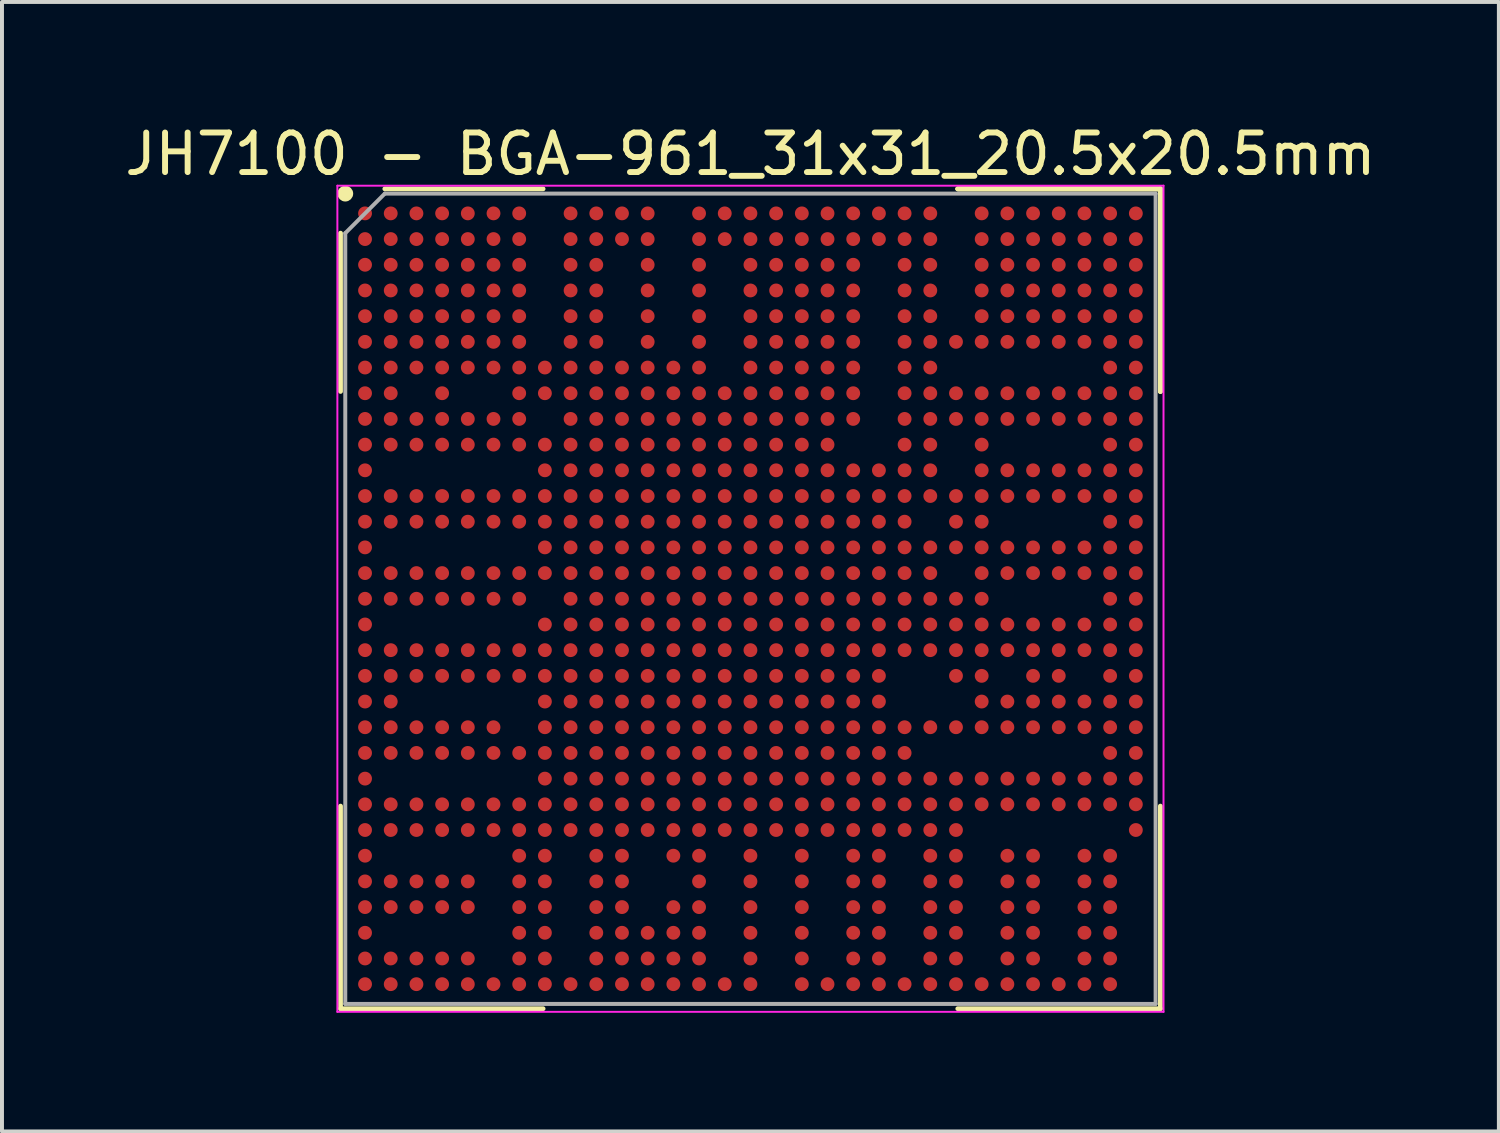
<source format=kicad_pcb>
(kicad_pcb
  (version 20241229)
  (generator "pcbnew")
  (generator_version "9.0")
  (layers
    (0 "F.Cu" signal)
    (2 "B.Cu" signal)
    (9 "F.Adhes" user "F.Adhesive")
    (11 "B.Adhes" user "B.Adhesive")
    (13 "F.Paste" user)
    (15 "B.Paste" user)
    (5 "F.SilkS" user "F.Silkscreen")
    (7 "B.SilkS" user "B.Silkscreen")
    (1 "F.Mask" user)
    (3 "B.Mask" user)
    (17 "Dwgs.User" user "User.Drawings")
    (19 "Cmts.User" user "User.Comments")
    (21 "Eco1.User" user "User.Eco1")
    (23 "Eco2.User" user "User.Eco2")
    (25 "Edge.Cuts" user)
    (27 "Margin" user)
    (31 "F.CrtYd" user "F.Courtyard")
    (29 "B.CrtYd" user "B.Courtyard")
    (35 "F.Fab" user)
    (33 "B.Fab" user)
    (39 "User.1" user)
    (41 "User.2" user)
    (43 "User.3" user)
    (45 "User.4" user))
  (footprint "JH7100 - BGA-961_31x31_20.5x20.5mm"
    (layer "F.Cu")
    (at 15.935 12.098)
    (property "Reference" "JH7100 - BGA-961_31x31_20.5x20.5mm" (at 0 -11.25 0) (layer "F.SilkS") (effects (font (size 1 1) (thickness 0.15))))
    (attr smd)
    (fp_line (start -10.37 -9.25) (end -10.37 -5.245) (stroke (width 0.12) (type solid)) (layer "F.SilkS"))
    (fp_line (start -10.37 10.37) (end -10.37 5.245) (stroke (width 0.12) (type solid)) (layer "F.SilkS"))
    (fp_line (start -5.245 -10.37) (end -9.25 -10.37) (stroke (width 0.12) (type solid)) (layer "F.SilkS"))
    (fp_line (start -5.245 10.37) (end -10.37 10.37) (stroke (width 0.12) (type solid)) (layer "F.SilkS"))
    (fp_line (start 5.245 -10.37) (end 10.37 -10.37) (stroke (width 0.12) (type solid)) (layer "F.SilkS"))
    (fp_line (start 5.245 -10.37) (end 10.37 -10.37) (stroke (width 0.12) (type solid)) (layer "F.SilkS"))
    (fp_line (start 5.245 -10.37) (end 10.37 -10.37) (stroke (width 0.12) (type solid)) (layer "F.SilkS"))
    (fp_line (start 5.245 10.37) (end 10.37 10.37) (stroke (width 0.12) (type solid)) (layer "F.SilkS"))
    (fp_line (start 10.37 -10.37) (end 10.37 -5.245) (stroke (width 0.12) (type solid)) (layer "F.SilkS"))
    (fp_line (start 10.37 -10.37) (end 10.37 -5.245) (stroke (width 0.12) (type solid)) (layer "F.SilkS"))
    (fp_line (start 10.37 -10.37) (end 10.37 -5.245) (stroke (width 0.12) (type solid)) (layer "F.SilkS"))
    (fp_line (start 10.37 10.37) (end 10.37 5.245) (stroke (width 0.12) (type solid)) (layer "F.SilkS"))
    (fp_circle (center -10.25 -10.25) (end -10.25 -10.15) (stroke (width 0.2) (type solid)) (fill no) (layer "F.SilkS"))
    (fp_line (start -10.45 -10.45) (end 10.45 -10.45) (stroke (width 0.05) (type solid)) (layer "F.CrtYd"))
    (fp_line (start -10.45 10.45) (end -10.45 -10.45) (stroke (width 0.05) (type solid)) (layer "F.CrtYd"))
    (fp_line (start 10.45 -10.45) (end 10.45 10.45) (stroke (width 0.05) (type solid)) (layer "F.CrtYd"))
    (fp_line (start 10.45 10.45) (end -10.45 10.45) (stroke (width 0.05) (type solid)) (layer "F.CrtYd"))
    (fp_line (start -10.25 -9.25) (end -10.25 10.25) (stroke (width 0.1) (type solid)) (layer "F.Fab"))
    (fp_line (start -10.25 10.25) (end 10.25 10.25) (stroke (width 0.1) (type solid)) (layer "F.Fab"))
    (fp_line (start -9.25 -10.25) (end -10.25 -9.25) (stroke (width 0.1) (type solid)) (layer "F.Fab"))
    (fp_line (start 10.25 -10.25) (end -9.25 -10.25) (stroke (width 0.1) (type solid)) (layer "F.Fab"))
    (fp_line (start 10.25 10.25) (end 10.25 -10.25) (stroke (width 0.1) (type solid)) (layer "F.Fab"))
    (pad "A1" smd circle (at -9.75 -9.75) (size 0.35 0.35) (layers "F.Cu" "F.Mask" "F.Paste"))
    (pad "A2" smd circle (at -9.1 -9.75) (size 0.35 0.35) (layers "F.Cu" "F.Mask" "F.Paste"))
    (pad "A3" smd circle (at -8.45 -9.75) (size 0.35 0.35) (layers "F.Cu" "F.Mask" "F.Paste"))
    (pad "A4" smd circle (at -7.8 -9.75) (size 0.35 0.35) (layers "F.Cu" "F.Mask" "F.Paste"))
    (pad "A5" smd circle (at -7.15 -9.75) (size 0.35 0.35) (layers "F.Cu" "F.Mask" "F.Paste"))
    (pad "A6" smd circle (at -6.5 -9.75) (size 0.35 0.35) (layers "F.Cu" "F.Mask" "F.Paste"))
    (pad "A7" smd circle (at -5.85 -9.75) (size 0.35 0.35) (layers "F.Cu" "F.Mask" "F.Paste"))
    (pad "A9" smd circle (at -4.55 -9.75) (size 0.35 0.35) (layers "F.Cu" "F.Mask" "F.Paste"))
    (pad "A10" smd circle (at -3.9 -9.75) (size 0.35 0.35) (layers "F.Cu" "F.Mask" "F.Paste"))
    (pad "A11" smd circle (at -3.25 -9.75) (size 0.35 0.35) (layers "F.Cu" "F.Mask" "F.Paste"))
    (pad "A12" smd circle (at -2.6 -9.75) (size 0.35 0.35) (layers "F.Cu" "F.Mask" "F.Paste"))
    (pad "A14" smd circle (at -1.3 -9.75) (size 0.35 0.35) (layers "F.Cu" "F.Mask" "F.Paste"))
    (pad "A15" smd circle (at -0.65 -9.75) (size 0.35 0.35) (layers "F.Cu" "F.Mask" "F.Paste"))
    (pad "A16" smd circle (at 0 -9.75) (size 0.35 0.35) (layers "F.Cu" "F.Mask" "F.Paste"))
    (pad "A17" smd circle (at 0.65 -9.75) (size 0.35 0.35) (layers "F.Cu" "F.Mask" "F.Paste"))
    (pad "A18" smd circle (at 1.3 -9.75) (size 0.35 0.35) (layers "F.Cu" "F.Mask" "F.Paste"))
    (pad "A19" smd circle (at 1.95 -9.75) (size 0.35 0.35) (layers "F.Cu" "F.Mask" "F.Paste"))
    (pad "A20" smd circle (at 2.6 -9.75) (size 0.35 0.35) (layers "F.Cu" "F.Mask" "F.Paste"))
    (pad "A21" smd circle (at 3.25 -9.75) (size 0.35 0.35) (layers "F.Cu" "F.Mask" "F.Paste"))
    (pad "A22" smd circle (at 3.9 -9.75) (size 0.35 0.35) (layers "F.Cu" "F.Mask" "F.Paste"))
    (pad "A23" smd circle (at 4.55 -9.75) (size 0.35 0.35) (layers "F.Cu" "F.Mask" "F.Paste"))
    (pad "A25" smd circle (at 5.85 -9.75) (size 0.35 0.35) (layers "F.Cu" "F.Mask" "F.Paste"))
    (pad "A26" smd circle (at 6.5 -9.75) (size 0.35 0.35) (layers "F.Cu" "F.Mask" "F.Paste"))
    (pad "A27" smd circle (at 7.15 -9.75) (size 0.35 0.35) (layers "F.Cu" "F.Mask" "F.Paste"))
    (pad "A28" smd circle (at 7.8 -9.75) (size 0.35 0.35) (layers "F.Cu" "F.Mask" "F.Paste"))
    (pad "A29" smd circle (at 8.45 -9.75) (size 0.35 0.35) (layers "F.Cu" "F.Mask" "F.Paste"))
    (pad "A30" smd circle (at 9.1 -9.75) (size 0.35 0.35) (layers "F.Cu" "F.Mask" "F.Paste"))
    (pad "A31" smd circle (at 9.75 -9.75) (size 0.35 0.35) (layers "F.Cu" "F.Mask" "F.Paste"))
    (pad "AA1" smd circle (at -9.75 3.25) (size 0.35 0.35) (layers "F.Cu" "F.Mask" "F.Paste"))
    (pad "AA2" smd circle (at -9.1 3.25) (size 0.35 0.35) (layers "F.Cu" "F.Mask" "F.Paste"))
    (pad "AA3" smd circle (at -8.45 3.25) (size 0.35 0.35) (layers "F.Cu" "F.Mask" "F.Paste"))
    (pad "AA4" smd circle (at -7.8 3.25) (size 0.35 0.35) (layers "F.Cu" "F.Mask" "F.Paste"))
    (pad "AA5" smd circle (at -7.15 3.25) (size 0.35 0.35) (layers "F.Cu" "F.Mask" "F.Paste"))
    (pad "AA6" smd circle (at -6.5 3.25) (size 0.35 0.35) (layers "F.Cu" "F.Mask" "F.Paste"))
    (pad "AA8" smd circle (at -5.2 3.25) (size 0.35 0.35) (layers "F.Cu" "F.Mask" "F.Paste"))
    (pad "AA9" smd circle (at -4.55 3.25) (size 0.35 0.35) (layers "F.Cu" "F.Mask" "F.Paste"))
    (pad "AA10" smd circle (at -3.9 3.25) (size 0.35 0.35) (layers "F.Cu" "F.Mask" "F.Paste"))
    (pad "AA11" smd circle (at -3.25 3.25) (size 0.35 0.35) (layers "F.Cu" "F.Mask" "F.Paste"))
    (pad "AA12" smd circle (at -2.6 3.25) (size 0.35 0.35) (layers "F.Cu" "F.Mask" "F.Paste"))
    (pad "AA13" smd circle (at -1.95 3.25) (size 0.35 0.35) (layers "F.Cu" "F.Mask" "F.Paste"))
    (pad "AA14" smd circle (at -1.3 3.25) (size 0.35 0.35) (layers "F.Cu" "F.Mask" "F.Paste"))
    (pad "AA15" smd circle (at -0.65 3.25) (size 0.35 0.35) (layers "F.Cu" "F.Mask" "F.Paste"))
    (pad "AA16" smd circle (at 0 3.25) (size 0.35 0.35) (layers "F.Cu" "F.Mask" "F.Paste"))
    (pad "AA17" smd circle (at 0.65 3.25) (size 0.35 0.35) (layers "F.Cu" "F.Mask" "F.Paste"))
    (pad "AA18" smd circle (at 1.3 3.25) (size 0.35 0.35) (layers "F.Cu" "F.Mask" "F.Paste"))
    (pad "AA19" smd circle (at 1.95 3.25) (size 0.35 0.35) (layers "F.Cu" "F.Mask" "F.Paste"))
    (pad "AA20" smd circle (at 2.6 3.25) (size 0.35 0.35) (layers "F.Cu" "F.Mask" "F.Paste"))
    (pad "AA21" smd circle (at 3.25 3.25) (size 0.35 0.35) (layers "F.Cu" "F.Mask" "F.Paste"))
    (pad "AA22" smd circle (at 3.9 3.25) (size 0.35 0.35) (layers "F.Cu" "F.Mask" "F.Paste"))
    (pad "AA23" smd circle (at 4.55 3.25) (size 0.35 0.35) (layers "F.Cu" "F.Mask" "F.Paste"))
    (pad "AA24" smd circle (at 5.2 3.25) (size 0.35 0.35) (layers "F.Cu" "F.Mask" "F.Paste"))
    (pad "AA25" smd circle (at 5.85 3.25) (size 0.35 0.35) (layers "F.Cu" "F.Mask" "F.Paste"))
    (pad "AA26" smd circle (at 6.5 3.25) (size 0.35 0.35) (layers "F.Cu" "F.Mask" "F.Paste"))
    (pad "AA27" smd circle (at 7.15 3.25) (size 0.35 0.35) (layers "F.Cu" "F.Mask" "F.Paste"))
    (pad "AA28" smd circle (at 7.8 3.25) (size 0.35 0.35) (layers "F.Cu" "F.Mask" "F.Paste"))
    (pad "AA29" smd circle (at 8.45 3.25) (size 0.35 0.35) (layers "F.Cu" "F.Mask" "F.Paste"))
    (pad "AA30" smd circle (at 9.1 3.25) (size 0.35 0.35) (layers "F.Cu" "F.Mask" "F.Paste"))
    (pad "AA31" smd circle (at 9.75 3.25) (size 0.35 0.35) (layers "F.Cu" "F.Mask" "F.Paste"))
    (pad "AB1" smd circle (at -9.75 3.9) (size 0.35 0.35) (layers "F.Cu" "F.Mask" "F.Paste"))
    (pad "AB2" smd circle (at -9.1 3.9) (size 0.35 0.35) (layers "F.Cu" "F.Mask" "F.Paste"))
    (pad "AB3" smd circle (at -8.45 3.9) (size 0.35 0.35) (layers "F.Cu" "F.Mask" "F.Paste"))
    (pad "AB4" smd circle (at -7.8 3.9) (size 0.35 0.35) (layers "F.Cu" "F.Mask" "F.Paste"))
    (pad "AB5" smd circle (at -7.15 3.9) (size 0.35 0.35) (layers "F.Cu" "F.Mask" "F.Paste"))
    (pad "AB6" smd circle (at -6.5 3.9) (size 0.35 0.35) (layers "F.Cu" "F.Mask" "F.Paste"))
    (pad "AB7" smd circle (at -5.85 3.9) (size 0.35 0.35) (layers "F.Cu" "F.Mask" "F.Paste"))
    (pad "AB8" smd circle (at -5.2 3.9) (size 0.35 0.35) (layers "F.Cu" "F.Mask" "F.Paste"))
    (pad "AB9" smd circle (at -4.55 3.9) (size 0.35 0.35) (layers "F.Cu" "F.Mask" "F.Paste"))
    (pad "AB10" smd circle (at -3.9 3.9) (size 0.35 0.35) (layers "F.Cu" "F.Mask" "F.Paste"))
    (pad "AB11" smd circle (at -3.25 3.9) (size 0.35 0.35) (layers "F.Cu" "F.Mask" "F.Paste"))
    (pad "AB12" smd circle (at -2.6 3.9) (size 0.35 0.35) (layers "F.Cu" "F.Mask" "F.Paste"))
    (pad "AB13" smd circle (at -1.95 3.9) (size 0.35 0.35) (layers "F.Cu" "F.Mask" "F.Paste"))
    (pad "AB14" smd circle (at -1.3 3.9) (size 0.35 0.35) (layers "F.Cu" "F.Mask" "F.Paste"))
    (pad "AB15" smd circle (at -0.65 3.9) (size 0.35 0.35) (layers "F.Cu" "F.Mask" "F.Paste"))
    (pad "AB16" smd circle (at 0 3.9) (size 0.35 0.35) (layers "F.Cu" "F.Mask" "F.Paste"))
    (pad "AB17" smd circle (at 0.65 3.9) (size 0.35 0.35) (layers "F.Cu" "F.Mask" "F.Paste"))
    (pad "AB18" smd circle (at 1.3 3.9) (size 0.35 0.35) (layers "F.Cu" "F.Mask" "F.Paste"))
    (pad "AB19" smd circle (at 1.95 3.9) (size 0.35 0.35) (layers "F.Cu" "F.Mask" "F.Paste"))
    (pad "AB20" smd circle (at 2.6 3.9) (size 0.35 0.35) (layers "F.Cu" "F.Mask" "F.Paste"))
    (pad "AB21" smd circle (at 3.25 3.9) (size 0.35 0.35) (layers "F.Cu" "F.Mask" "F.Paste"))
    (pad "AB22" smd circle (at 3.9 3.9) (size 0.35 0.35) (layers "F.Cu" "F.Mask" "F.Paste"))
    (pad "AB30" smd circle (at 9.1 3.9) (size 0.35 0.35) (layers "F.Cu" "F.Mask" "F.Paste"))
    (pad "AB31" smd circle (at 9.75 3.9) (size 0.35 0.35) (layers "F.Cu" "F.Mask" "F.Paste"))
    (pad "AC1" smd circle (at -9.75 4.55) (size 0.35 0.35) (layers "F.Cu" "F.Mask" "F.Paste"))
    (pad "AC8" smd circle (at -5.2 4.55) (size 0.35 0.35) (layers "F.Cu" "F.Mask" "F.Paste"))
    (pad "AC9" smd circle (at -4.55 4.55) (size 0.35 0.35) (layers "F.Cu" "F.Mask" "F.Paste"))
    (pad "AC10" smd circle (at -3.9 4.55) (size 0.35 0.35) (layers "F.Cu" "F.Mask" "F.Paste"))
    (pad "AC11" smd circle (at -3.25 4.55) (size 0.35 0.35) (layers "F.Cu" "F.Mask" "F.Paste"))
    (pad "AC12" smd circle (at -2.6 4.55) (size 0.35 0.35) (layers "F.Cu" "F.Mask" "F.Paste"))
    (pad "AC13" smd circle (at -1.95 4.55) (size 0.35 0.35) (layers "F.Cu" "F.Mask" "F.Paste"))
    (pad "AC14" smd circle (at -1.3 4.55) (size 0.35 0.35) (layers "F.Cu" "F.Mask" "F.Paste"))
    (pad "AC15" smd circle (at -0.65 4.55) (size 0.35 0.35) (layers "F.Cu" "F.Mask" "F.Paste"))
    (pad "AC16" smd circle (at 0 4.55) (size 0.35 0.35) (layers "F.Cu" "F.Mask" "F.Paste"))
    (pad "AC17" smd circle (at 0.65 4.55) (size 0.35 0.35) (layers "F.Cu" "F.Mask" "F.Paste"))
    (pad "AC18" smd circle (at 1.3 4.55) (size 0.35 0.35) (layers "F.Cu" "F.Mask" "F.Paste"))
    (pad "AC19" smd circle (at 1.95 4.55) (size 0.35 0.35) (layers "F.Cu" "F.Mask" "F.Paste"))
    (pad "AC20" smd circle (at 2.6 4.55) (size 0.35 0.35) (layers "F.Cu" "F.Mask" "F.Paste"))
    (pad "AC21" smd circle (at 3.25 4.55) (size 0.35 0.35) (layers "F.Cu" "F.Mask" "F.Paste"))
    (pad "AC22" smd circle (at 3.9 4.55) (size 0.35 0.35) (layers "F.Cu" "F.Mask" "F.Paste"))
    (pad "AC23" smd circle (at 4.55 4.55) (size 0.35 0.35) (layers "F.Cu" "F.Mask" "F.Paste"))
    (pad "AC24" smd circle (at 5.2 4.55) (size 0.35 0.35) (layers "F.Cu" "F.Mask" "F.Paste"))
    (pad "AC25" smd circle (at 5.85 4.55) (size 0.35 0.35) (layers "F.Cu" "F.Mask" "F.Paste"))
    (pad "AC26" smd circle (at 6.5 4.55) (size 0.35 0.35) (layers "F.Cu" "F.Mask" "F.Paste"))
    (pad "AC27" smd circle (at 7.15 4.55) (size 0.35 0.35) (layers "F.Cu" "F.Mask" "F.Paste"))
    (pad "AC28" smd circle (at 7.8 4.55) (size 0.35 0.35) (layers "F.Cu" "F.Mask" "F.Paste"))
    (pad "AC29" smd circle (at 8.45 4.55) (size 0.35 0.35) (layers "F.Cu" "F.Mask" "F.Paste"))
    (pad "AC30" smd circle (at 9.1 4.55) (size 0.35 0.35) (layers "F.Cu" "F.Mask" "F.Paste"))
    (pad "AC31" smd circle (at 9.75 4.55) (size 0.35 0.35) (layers "F.Cu" "F.Mask" "F.Paste"))
    (pad "AD1" smd circle (at -9.75 5.2) (size 0.35 0.35) (layers "F.Cu" "F.Mask" "F.Paste"))
    (pad "AD2" smd circle (at -9.1 5.2) (size 0.35 0.35) (layers "F.Cu" "F.Mask" "F.Paste"))
    (pad "AD3" smd circle (at -8.45 5.2) (size 0.35 0.35) (layers "F.Cu" "F.Mask" "F.Paste"))
    (pad "AD4" smd circle (at -7.8 5.2) (size 0.35 0.35) (layers "F.Cu" "F.Mask" "F.Paste"))
    (pad "AD5" smd circle (at -7.15 5.2) (size 0.35 0.35) (layers "F.Cu" "F.Mask" "F.Paste"))
    (pad "AD6" smd circle (at -6.5 5.2) (size 0.35 0.35) (layers "F.Cu" "F.Mask" "F.Paste"))
    (pad "AD7" smd circle (at -5.85 5.2) (size 0.35 0.35) (layers "F.Cu" "F.Mask" "F.Paste"))
    (pad "AD8" smd circle (at -5.2 5.2) (size 0.35 0.35) (layers "F.Cu" "F.Mask" "F.Paste"))
    (pad "AD9" smd circle (at -4.55 5.2) (size 0.35 0.35) (layers "F.Cu" "F.Mask" "F.Paste"))
    (pad "AD10" smd circle (at -3.9 5.2) (size 0.35 0.35) (layers "F.Cu" "F.Mask" "F.Paste"))
    (pad "AD11" smd circle (at -3.25 5.2) (size 0.35 0.35) (layers "F.Cu" "F.Mask" "F.Paste"))
    (pad "AD12" smd circle (at -2.6 5.2) (size 0.35 0.35) (layers "F.Cu" "F.Mask" "F.Paste"))
    (pad "AD13" smd circle (at -1.95 5.2) (size 0.35 0.35) (layers "F.Cu" "F.Mask" "F.Paste"))
    (pad "AD14" smd circle (at -1.3 5.2) (size 0.35 0.35) (layers "F.Cu" "F.Mask" "F.Paste"))
    (pad "AD15" smd circle (at -0.65 5.2) (size 0.35 0.35) (layers "F.Cu" "F.Mask" "F.Paste"))
    (pad "AD16" smd circle (at 0 5.2) (size 0.35 0.35) (layers "F.Cu" "F.Mask" "F.Paste"))
    (pad "AD17" smd circle (at 0.65 5.2) (size 0.35 0.35) (layers "F.Cu" "F.Mask" "F.Paste"))
    (pad "AD18" smd circle (at 1.3 5.2) (size 0.35 0.35) (layers "F.Cu" "F.Mask" "F.Paste"))
    (pad "AD19" smd circle (at 1.95 5.2) (size 0.35 0.35) (layers "F.Cu" "F.Mask" "F.Paste"))
    (pad "AD20" smd circle (at 2.6 5.2) (size 0.35 0.35) (layers "F.Cu" "F.Mask" "F.Paste"))
    (pad "AD21" smd circle (at 3.25 5.2) (size 0.35 0.35) (layers "F.Cu" "F.Mask" "F.Paste"))
    (pad "AD22" smd circle (at 3.9 5.2) (size 0.35 0.35) (layers "F.Cu" "F.Mask" "F.Paste"))
    (pad "AD23" smd circle (at 4.55 5.2) (size 0.35 0.35) (layers "F.Cu" "F.Mask" "F.Paste"))
    (pad "AD24" smd circle (at 5.2 5.2) (size 0.35 0.35) (layers "F.Cu" "F.Mask" "F.Paste"))
    (pad "AD25" smd circle (at 5.85 5.2) (size 0.35 0.35) (layers "F.Cu" "F.Mask" "F.Paste"))
    (pad "AD26" smd circle (at 6.5 5.2) (size 0.35 0.35) (layers "F.Cu" "F.Mask" "F.Paste"))
    (pad "AD27" smd circle (at 7.15 5.2) (size 0.35 0.35) (layers "F.Cu" "F.Mask" "F.Paste"))
    (pad "AD28" smd circle (at 7.8 5.2) (size 0.35 0.35) (layers "F.Cu" "F.Mask" "F.Paste"))
    (pad "AD29" smd circle (at 8.45 5.2) (size 0.35 0.35) (layers "F.Cu" "F.Mask" "F.Paste"))
    (pad "AD30" smd circle (at 9.1 5.2) (size 0.35 0.35) (layers "F.Cu" "F.Mask" "F.Paste"))
    (pad "AD31" smd circle (at 9.75 5.2) (size 0.35 0.35) (layers "F.Cu" "F.Mask" "F.Paste"))
    (pad "AE1" smd circle (at -9.75 5.85) (size 0.35 0.35) (layers "F.Cu" "F.Mask" "F.Paste"))
    (pad "AE2" smd circle (at -9.1 5.85) (size 0.35 0.35) (layers "F.Cu" "F.Mask" "F.Paste"))
    (pad "AE3" smd circle (at -8.45 5.85) (size 0.35 0.35) (layers "F.Cu" "F.Mask" "F.Paste"))
    (pad "AE4" smd circle (at -7.8 5.85) (size 0.35 0.35) (layers "F.Cu" "F.Mask" "F.Paste"))
    (pad "AE5" smd circle (at -7.15 5.85) (size 0.35 0.35) (layers "F.Cu" "F.Mask" "F.Paste"))
    (pad "AE6" smd circle (at -6.5 5.85) (size 0.35 0.35) (layers "F.Cu" "F.Mask" "F.Paste"))
    (pad "AE7" smd circle (at -5.85 5.85) (size 0.35 0.35) (layers "F.Cu" "F.Mask" "F.Paste"))
    (pad "AE8" smd circle (at -5.2 5.85) (size 0.35 0.35) (layers "F.Cu" "F.Mask" "F.Paste"))
    (pad "AE9" smd circle (at -4.55 5.85) (size 0.35 0.35) (layers "F.Cu" "F.Mask" "F.Paste"))
    (pad "AE10" smd circle (at -3.9 5.85) (size 0.35 0.35) (layers "F.Cu" "F.Mask" "F.Paste"))
    (pad "AE11" smd circle (at -3.25 5.85) (size 0.35 0.35) (layers "F.Cu" "F.Mask" "F.Paste"))
    (pad "AE12" smd circle (at -2.6 5.85) (size 0.35 0.35) (layers "F.Cu" "F.Mask" "F.Paste"))
    (pad "AE13" smd circle (at -1.95 5.85) (size 0.35 0.35) (layers "F.Cu" "F.Mask" "F.Paste"))
    (pad "AE14" smd circle (at -1.3 5.85) (size 0.35 0.35) (layers "F.Cu" "F.Mask" "F.Paste"))
    (pad "AE15" smd circle (at -0.65 5.85) (size 0.35 0.35) (layers "F.Cu" "F.Mask" "F.Paste"))
    (pad "AE16" smd circle (at 0 5.85) (size 0.35 0.35) (layers "F.Cu" "F.Mask" "F.Paste"))
    (pad "AE17" smd circle (at 0.65 5.85) (size 0.35 0.35) (layers "F.Cu" "F.Mask" "F.Paste"))
    (pad "AE18" smd circle (at 1.3 5.85) (size 0.35 0.35) (layers "F.Cu" "F.Mask" "F.Paste"))
    (pad "AE19" smd circle (at 1.95 5.85) (size 0.35 0.35) (layers "F.Cu" "F.Mask" "F.Paste"))
    (pad "AE20" smd circle (at 2.6 5.85) (size 0.35 0.35) (layers "F.Cu" "F.Mask" "F.Paste"))
    (pad "AE21" smd circle (at 3.25 5.85) (size 0.35 0.35) (layers "F.Cu" "F.Mask" "F.Paste"))
    (pad "AE22" smd circle (at 3.9 5.85) (size 0.35 0.35) (layers "F.Cu" "F.Mask" "F.Paste"))
    (pad "AE23" smd circle (at 4.55 5.85) (size 0.35 0.35) (layers "F.Cu" "F.Mask" "F.Paste"))
    (pad "AE24" smd circle (at 5.2 5.85) (size 0.35 0.35) (layers "F.Cu" "F.Mask" "F.Paste"))
    (pad "AE31" smd circle (at 9.75 5.85) (size 0.35 0.35) (layers "F.Cu" "F.Mask" "F.Paste"))
    (pad "AF1" smd circle (at -9.75 6.5) (size 0.35 0.35) (layers "F.Cu" "F.Mask" "F.Paste"))
    (pad "AF7" smd circle (at -5.85 6.5) (size 0.35 0.35) (layers "F.Cu" "F.Mask" "F.Paste"))
    (pad "AF8" smd circle (at -5.2 6.5) (size 0.35 0.35) (layers "F.Cu" "F.Mask" "F.Paste"))
    (pad "AF10" smd circle (at -3.9 6.5) (size 0.35 0.35) (layers "F.Cu" "F.Mask" "F.Paste"))
    (pad "AF11" smd circle (at -3.25 6.5) (size 0.35 0.35) (layers "F.Cu" "F.Mask" "F.Paste"))
    (pad "AF13" smd circle (at -1.95 6.5) (size 0.35 0.35) (layers "F.Cu" "F.Mask" "F.Paste"))
    (pad "AF14" smd circle (at -1.3 6.5) (size 0.35 0.35) (layers "F.Cu" "F.Mask" "F.Paste"))
    (pad "AF16" smd circle (at 0 6.5) (size 0.35 0.35) (layers "F.Cu" "F.Mask" "F.Paste"))
    (pad "AF18" smd circle (at 1.3 6.5) (size 0.35 0.35) (layers "F.Cu" "F.Mask" "F.Paste"))
    (pad "AF20" smd circle (at 2.6 6.5) (size 0.35 0.35) (layers "F.Cu" "F.Mask" "F.Paste"))
    (pad "AF21" smd circle (at 3.25 6.5) (size 0.35 0.35) (layers "F.Cu" "F.Mask" "F.Paste"))
    (pad "AF23" smd circle (at 4.55 6.5) (size 0.35 0.35) (layers "F.Cu" "F.Mask" "F.Paste"))
    (pad "AF24" smd circle (at 5.2 6.5) (size 0.35 0.35) (layers "F.Cu" "F.Mask" "F.Paste"))
    (pad "AF26" smd circle (at 6.5 6.5) (size 0.35 0.35) (layers "F.Cu" "F.Mask" "F.Paste"))
    (pad "AF27" smd circle (at 7.15 6.5) (size 0.35 0.35) (layers "F.Cu" "F.Mask" "F.Paste"))
    (pad "AF29" smd circle (at 8.45 6.5) (size 0.35 0.35) (layers "F.Cu" "F.Mask" "F.Paste"))
    (pad "AF30" smd circle (at 9.1 6.5) (size 0.35 0.35) (layers "F.Cu" "F.Mask" "F.Paste"))
    (pad "AG1" smd circle (at -9.75 7.15) (size 0.35 0.35) (layers "F.Cu" "F.Mask" "F.Paste"))
    (pad "AG2" smd circle (at -9.1 7.15) (size 0.35 0.35) (layers "F.Cu" "F.Mask" "F.Paste"))
    (pad "AG3" smd circle (at -8.45 7.15) (size 0.35 0.35) (layers "F.Cu" "F.Mask" "F.Paste"))
    (pad "AG4" smd circle (at -7.8 7.15) (size 0.35 0.35) (layers "F.Cu" "F.Mask" "F.Paste"))
    (pad "AG5" smd circle (at -7.15 7.15) (size 0.35 0.35) (layers "F.Cu" "F.Mask" "F.Paste"))
    (pad "AG7" smd circle (at -5.85 7.15) (size 0.35 0.35) (layers "F.Cu" "F.Mask" "F.Paste"))
    (pad "AG8" smd circle (at -5.2 7.15) (size 0.35 0.35) (layers "F.Cu" "F.Mask" "F.Paste"))
    (pad "AG10" smd circle (at -3.9 7.15) (size 0.35 0.35) (layers "F.Cu" "F.Mask" "F.Paste"))
    (pad "AG11" smd circle (at -3.25 7.15) (size 0.35 0.35) (layers "F.Cu" "F.Mask" "F.Paste"))
    (pad "AG14" smd circle (at -1.3 7.15) (size 0.35 0.35) (layers "F.Cu" "F.Mask" "F.Paste"))
    (pad "AG16" smd circle (at 0 7.15) (size 0.35 0.35) (layers "F.Cu" "F.Mask" "F.Paste"))
    (pad "AG18" smd circle (at 1.3 7.15) (size 0.35 0.35) (layers "F.Cu" "F.Mask" "F.Paste"))
    (pad "AG20" smd circle (at 2.6 7.15) (size 0.35 0.35) (layers "F.Cu" "F.Mask" "F.Paste"))
    (pad "AG21" smd circle (at 3.25 7.15) (size 0.35 0.35) (layers "F.Cu" "F.Mask" "F.Paste"))
    (pad "AG23" smd circle (at 4.55 7.15) (size 0.35 0.35) (layers "F.Cu" "F.Mask" "F.Paste"))
    (pad "AG24" smd circle (at 5.2 7.15) (size 0.35 0.35) (layers "F.Cu" "F.Mask" "F.Paste"))
    (pad "AG26" smd circle (at 6.5 7.15) (size 0.35 0.35) (layers "F.Cu" "F.Mask" "F.Paste"))
    (pad "AG27" smd circle (at 7.15 7.15) (size 0.35 0.35) (layers "F.Cu" "F.Mask" "F.Paste"))
    (pad "AG29" smd circle (at 8.45 7.15) (size 0.35 0.35) (layers "F.Cu" "F.Mask" "F.Paste"))
    (pad "AG30" smd circle (at 9.1 7.15) (size 0.35 0.35) (layers "F.Cu" "F.Mask" "F.Paste"))
    (pad "AH1" smd circle (at -9.75 7.8) (size 0.35 0.35) (layers "F.Cu" "F.Mask" "F.Paste"))
    (pad "AH2" smd circle (at -9.1 7.8) (size 0.35 0.35) (layers "F.Cu" "F.Mask" "F.Paste"))
    (pad "AH3" smd circle (at -8.45 7.8) (size 0.35 0.35) (layers "F.Cu" "F.Mask" "F.Paste"))
    (pad "AH4" smd circle (at -7.8 7.8) (size 0.35 0.35) (layers "F.Cu" "F.Mask" "F.Paste"))
    (pad "AH5" smd circle (at -7.15 7.8) (size 0.35 0.35) (layers "F.Cu" "F.Mask" "F.Paste"))
    (pad "AH7" smd circle (at -5.85 7.8) (size 0.35 0.35) (layers "F.Cu" "F.Mask" "F.Paste"))
    (pad "AH8" smd circle (at -5.2 7.8) (size 0.35 0.35) (layers "F.Cu" "F.Mask" "F.Paste"))
    (pad "AH10" smd circle (at -3.9 7.8) (size 0.35 0.35) (layers "F.Cu" "F.Mask" "F.Paste"))
    (pad "AH11" smd circle (at -3.25 7.8) (size 0.35 0.35) (layers "F.Cu" "F.Mask" "F.Paste"))
    (pad "AH13" smd circle (at -1.95 7.8) (size 0.35 0.35) (layers "F.Cu" "F.Mask" "F.Paste"))
    (pad "AH14" smd circle (at -1.3 7.8) (size 0.35 0.35) (layers "F.Cu" "F.Mask" "F.Paste"))
    (pad "AH16" smd circle (at 0 7.8) (size 0.35 0.35) (layers "F.Cu" "F.Mask" "F.Paste"))
    (pad "AH18" smd circle (at 1.3 7.8) (size 0.35 0.35) (layers "F.Cu" "F.Mask" "F.Paste"))
    (pad "AH20" smd circle (at 2.6 7.8) (size 0.35 0.35) (layers "F.Cu" "F.Mask" "F.Paste"))
    (pad "AH21" smd circle (at 3.25 7.8) (size 0.35 0.35) (layers "F.Cu" "F.Mask" "F.Paste"))
    (pad "AH23" smd circle (at 4.55 7.8) (size 0.35 0.35) (layers "F.Cu" "F.Mask" "F.Paste"))
    (pad "AH24" smd circle (at 5.2 7.8) (size 0.35 0.35) (layers "F.Cu" "F.Mask" "F.Paste"))
    (pad "AH26" smd circle (at 6.5 7.8) (size 0.35 0.35) (layers "F.Cu" "F.Mask" "F.Paste"))
    (pad "AH27" smd circle (at 7.15 7.8) (size 0.35 0.35) (layers "F.Cu" "F.Mask" "F.Paste"))
    (pad "AH29" smd circle (at 8.45 7.8) (size 0.35 0.35) (layers "F.Cu" "F.Mask" "F.Paste"))
    (pad "AH30" smd circle (at 9.1 7.8) (size 0.35 0.35) (layers "F.Cu" "F.Mask" "F.Paste"))
    (pad "AJ1" smd circle (at -9.75 8.45) (size 0.35 0.35) (layers "F.Cu" "F.Mask" "F.Paste"))
    (pad "AJ7" smd circle (at -5.85 8.45) (size 0.35 0.35) (layers "F.Cu" "F.Mask" "F.Paste"))
    (pad "AJ8" smd circle (at -5.2 8.45) (size 0.35 0.35) (layers "F.Cu" "F.Mask" "F.Paste"))
    (pad "AJ10" smd circle (at -3.9 8.45) (size 0.35 0.35) (layers "F.Cu" "F.Mask" "F.Paste"))
    (pad "AJ11" smd circle (at -3.25 8.45) (size 0.35 0.35) (layers "F.Cu" "F.Mask" "F.Paste"))
    (pad "AJ12" smd circle (at -2.6 8.45) (size 0.35 0.35) (layers "F.Cu" "F.Mask" "F.Paste"))
    (pad "AJ13" smd circle (at -1.95 8.45) (size 0.35 0.35) (layers "F.Cu" "F.Mask" "F.Paste"))
    (pad "AJ14" smd circle (at -1.3 8.45) (size 0.35 0.35) (layers "F.Cu" "F.Mask" "F.Paste"))
    (pad "AJ16" smd circle (at 0 8.45) (size 0.35 0.35) (layers "F.Cu" "F.Mask" "F.Paste"))
    (pad "AJ18" smd circle (at 1.3 8.45) (size 0.35 0.35) (layers "F.Cu" "F.Mask" "F.Paste"))
    (pad "AJ20" smd circle (at 2.6 8.45) (size 0.35 0.35) (layers "F.Cu" "F.Mask" "F.Paste"))
    (pad "AJ21" smd circle (at 3.25 8.45) (size 0.35 0.35) (layers "F.Cu" "F.Mask" "F.Paste"))
    (pad "AJ23" smd circle (at 4.55 8.45) (size 0.35 0.35) (layers "F.Cu" "F.Mask" "F.Paste"))
    (pad "AJ24" smd circle (at 5.2 8.45) (size 0.35 0.35) (layers "F.Cu" "F.Mask" "F.Paste"))
    (pad "AJ26" smd circle (at 6.5 8.45) (size 0.35 0.35) (layers "F.Cu" "F.Mask" "F.Paste"))
    (pad "AJ27" smd circle (at 7.15 8.45) (size 0.35 0.35) (layers "F.Cu" "F.Mask" "F.Paste"))
    (pad "AJ29" smd circle (at 8.45 8.45) (size 0.35 0.35) (layers "F.Cu" "F.Mask" "F.Paste"))
    (pad "AJ30" smd circle (at 9.1 8.45) (size 0.35 0.35) (layers "F.Cu" "F.Mask" "F.Paste"))
    (pad "AK1" smd circle (at -9.75 9.1) (size 0.35 0.35) (layers "F.Cu" "F.Mask" "F.Paste"))
    (pad "AK2" smd circle (at -9.1 9.1) (size 0.35 0.35) (layers "F.Cu" "F.Mask" "F.Paste"))
    (pad "AK3" smd circle (at -8.45 9.1) (size 0.35 0.35) (layers "F.Cu" "F.Mask" "F.Paste"))
    (pad "AK4" smd circle (at -7.8 9.1) (size 0.35 0.35) (layers "F.Cu" "F.Mask" "F.Paste"))
    (pad "AK5" smd circle (at -7.15 9.1) (size 0.35 0.35) (layers "F.Cu" "F.Mask" "F.Paste"))
    (pad "AK7" smd circle (at -5.85 9.1) (size 0.35 0.35) (layers "F.Cu" "F.Mask" "F.Paste"))
    (pad "AK8" smd circle (at -5.2 9.1) (size 0.35 0.35) (layers "F.Cu" "F.Mask" "F.Paste"))
    (pad "AK10" smd circle (at -3.9 9.1) (size 0.35 0.35) (layers "F.Cu" "F.Mask" "F.Paste"))
    (pad "AK11" smd circle (at -3.25 9.1) (size 0.35 0.35) (layers "F.Cu" "F.Mask" "F.Paste"))
    (pad "AK12" smd circle (at -2.6 9.1) (size 0.35 0.35) (layers "F.Cu" "F.Mask" "F.Paste"))
    (pad "AK13" smd circle (at -1.95 9.1) (size 0.35 0.35) (layers "F.Cu" "F.Mask" "F.Paste"))
    (pad "AK14" smd circle (at -1.3 9.1) (size 0.35 0.35) (layers "F.Cu" "F.Mask" "F.Paste"))
    (pad "AK16" smd circle (at 0 9.1) (size 0.35 0.35) (layers "F.Cu" "F.Mask" "F.Paste"))
    (pad "AK18" smd circle (at 1.3 9.1) (size 0.35 0.35) (layers "F.Cu" "F.Mask" "F.Paste"))
    (pad "AK20" smd circle (at 2.6 9.1) (size 0.35 0.35) (layers "F.Cu" "F.Mask" "F.Paste"))
    (pad "AK21" smd circle (at 3.25 9.1) (size 0.35 0.35) (layers "F.Cu" "F.Mask" "F.Paste"))
    (pad "AK23" smd circle (at 4.55 9.1) (size 0.35 0.35) (layers "F.Cu" "F.Mask" "F.Paste"))
    (pad "AK24" smd circle (at 5.2 9.1) (size 0.35 0.35) (layers "F.Cu" "F.Mask" "F.Paste"))
    (pad "AK26" smd circle (at 6.5 9.1) (size 0.35 0.35) (layers "F.Cu" "F.Mask" "F.Paste"))
    (pad "AK27" smd circle (at 7.15 9.1) (size 0.35 0.35) (layers "F.Cu" "F.Mask" "F.Paste"))
    (pad "AK29" smd circle (at 8.45 9.1) (size 0.35 0.35) (layers "F.Cu" "F.Mask" "F.Paste"))
    (pad "AK30" smd circle (at 9.1 9.1) (size 0.35 0.35) (layers "F.Cu" "F.Mask" "F.Paste"))
    (pad "AL1" smd circle (at -9.75 9.75) (size 0.35 0.35) (layers "F.Cu" "F.Mask" "F.Paste"))
    (pad "AL2" smd circle (at -9.1 9.75) (size 0.35 0.35) (layers "F.Cu" "F.Mask" "F.Paste"))
    (pad "AL3" smd circle (at -8.45 9.75) (size 0.35 0.35) (layers "F.Cu" "F.Mask" "F.Paste"))
    (pad "AL4" smd circle (at -7.8 9.75) (size 0.35 0.35) (layers "F.Cu" "F.Mask" "F.Paste"))
    (pad "AL5" smd circle (at -7.15 9.75) (size 0.35 0.35) (layers "F.Cu" "F.Mask" "F.Paste"))
    (pad "AL6" smd circle (at -6.5 9.75) (size 0.35 0.35) (layers "F.Cu" "F.Mask" "F.Paste"))
    (pad "AL7" smd circle (at -5.85 9.75) (size 0.35 0.35) (layers "F.Cu" "F.Mask" "F.Paste"))
    (pad "AL8" smd circle (at -5.2 9.75) (size 0.35 0.35) (layers "F.Cu" "F.Mask" "F.Paste"))
    (pad "AL9" smd circle (at -4.55 9.75) (size 0.35 0.35) (layers "F.Cu" "F.Mask" "F.Paste"))
    (pad "AL10" smd circle (at -3.9 9.75) (size 0.35 0.35) (layers "F.Cu" "F.Mask" "F.Paste"))
    (pad "AL11" smd circle (at -3.25 9.75) (size 0.35 0.35) (layers "F.Cu" "F.Mask" "F.Paste"))
    (pad "AL12" smd circle (at -2.6 9.75) (size 0.35 0.35) (layers "F.Cu" "F.Mask" "F.Paste"))
    (pad "AL13" smd circle (at -1.95 9.75) (size 0.35 0.35) (layers "F.Cu" "F.Mask" "F.Paste"))
    (pad "AL14" smd circle (at -1.3 9.75) (size 0.35 0.35) (layers "F.Cu" "F.Mask" "F.Paste"))
    (pad "AL15" smd circle (at -0.65 9.75) (size 0.35 0.35) (layers "F.Cu" "F.Mask" "F.Paste"))
    (pad "AL16" smd circle (at 0 9.75) (size 0.35 0.35) (layers "F.Cu" "F.Mask" "F.Paste"))
    (pad "AL18" smd circle (at 1.3 9.75) (size 0.35 0.35) (layers "F.Cu" "F.Mask" "F.Paste"))
    (pad "AL19" smd circle (at 1.95 9.75) (size 0.35 0.35) (layers "F.Cu" "F.Mask" "F.Paste"))
    (pad "AL20" smd circle (at 2.6 9.75) (size 0.35 0.35) (layers "F.Cu" "F.Mask" "F.Paste"))
    (pad "AL21" smd circle (at 3.25 9.75) (size 0.35 0.35) (layers "F.Cu" "F.Mask" "F.Paste"))
    (pad "AL22" smd circle (at 3.9 9.75) (size 0.35 0.35) (layers "F.Cu" "F.Mask" "F.Paste"))
    (pad "AL23" smd circle (at 4.55 9.75) (size 0.35 0.35) (layers "F.Cu" "F.Mask" "F.Paste"))
    (pad "AL24" smd circle (at 5.2 9.75) (size 0.35 0.35) (layers "F.Cu" "F.Mask" "F.Paste"))
    (pad "AL25" smd circle (at 5.85 9.75) (size 0.35 0.35) (layers "F.Cu" "F.Mask" "F.Paste"))
    (pad "AL26" smd circle (at 6.5 9.75) (size 0.35 0.35) (layers "F.Cu" "F.Mask" "F.Paste"))
    (pad "AL27" smd circle (at 7.15 9.75) (size 0.35 0.35) (layers "F.Cu" "F.Mask" "F.Paste"))
    (pad "AL28" smd circle (at 7.8 9.75) (size 0.35 0.35) (layers "F.Cu" "F.Mask" "F.Paste"))
    (pad "AL29" smd circle (at 8.45 9.75) (size 0.35 0.35) (layers "F.Cu" "F.Mask" "F.Paste"))
    (pad "AL30" smd circle (at 9.1 9.75) (size 0.35 0.35) (layers "F.Cu" "F.Mask" "F.Paste"))
    (pad "B1" smd circle (at -9.75 -9.1) (size 0.35 0.35) (layers "F.Cu" "F.Mask" "F.Paste"))
    (pad "B2" smd circle (at -9.1 -9.1) (size 0.35 0.35) (layers "F.Cu" "F.Mask" "F.Paste"))
    (pad "B3" smd circle (at -8.45 -9.1) (size 0.35 0.35) (layers "F.Cu" "F.Mask" "F.Paste"))
    (pad "B4" smd circle (at -7.8 -9.1) (size 0.35 0.35) (layers "F.Cu" "F.Mask" "F.Paste"))
    (pad "B5" smd circle (at -7.15 -9.1) (size 0.35 0.35) (layers "F.Cu" "F.Mask" "F.Paste"))
    (pad "B6" smd circle (at -6.5 -9.1) (size 0.35 0.35) (layers "F.Cu" "F.Mask" "F.Paste"))
    (pad "B7" smd circle (at -5.85 -9.1) (size 0.35 0.35) (layers "F.Cu" "F.Mask" "F.Paste"))
    (pad "B9" smd circle (at -4.55 -9.1) (size 0.35 0.35) (layers "F.Cu" "F.Mask" "F.Paste"))
    (pad "B10" smd circle (at -3.9 -9.1) (size 0.35 0.35) (layers "F.Cu" "F.Mask" "F.Paste"))
    (pad "B11" smd circle (at -3.25 -9.1) (size 0.35 0.35) (layers "F.Cu" "F.Mask" "F.Paste"))
    (pad "B12" smd circle (at -2.6 -9.1) (size 0.35 0.35) (layers "F.Cu" "F.Mask" "F.Paste"))
    (pad "B14" smd circle (at -1.3 -9.1) (size 0.35 0.35) (layers "F.Cu" "F.Mask" "F.Paste"))
    (pad "B15" smd circle (at -0.65 -9.1) (size 0.35 0.35) (layers "F.Cu" "F.Mask" "F.Paste"))
    (pad "B16" smd circle (at 0 -9.1) (size 0.35 0.35) (layers "F.Cu" "F.Mask" "F.Paste"))
    (pad "B17" smd circle (at 0.65 -9.1) (size 0.35 0.35) (layers "F.Cu" "F.Mask" "F.Paste"))
    (pad "B18" smd circle (at 1.3 -9.1) (size 0.35 0.35) (layers "F.Cu" "F.Mask" "F.Paste"))
    (pad "B19" smd circle (at 1.95 -9.1) (size 0.35 0.35) (layers "F.Cu" "F.Mask" "F.Paste"))
    (pad "B20" smd circle (at 2.6 -9.1) (size 0.35 0.35) (layers "F.Cu" "F.Mask" "F.Paste"))
    (pad "B21" smd circle (at 3.25 -9.1) (size 0.35 0.35) (layers "F.Cu" "F.Mask" "F.Paste"))
    (pad "B22" smd circle (at 3.9 -9.1) (size 0.35 0.35) (layers "F.Cu" "F.Mask" "F.Paste"))
    (pad "B23" smd circle (at 4.55 -9.1) (size 0.35 0.35) (layers "F.Cu" "F.Mask" "F.Paste"))
    (pad "B25" smd circle (at 5.85 -9.1) (size 0.35 0.35) (layers "F.Cu" "F.Mask" "F.Paste"))
    (pad "B26" smd circle (at 6.5 -9.1) (size 0.35 0.35) (layers "F.Cu" "F.Mask" "F.Paste"))
    (pad "B27" smd circle (at 7.15 -9.1) (size 0.35 0.35) (layers "F.Cu" "F.Mask" "F.Paste"))
    (pad "B28" smd circle (at 7.8 -9.1) (size 0.35 0.35) (layers "F.Cu" "F.Mask" "F.Paste"))
    (pad "B29" smd circle (at 8.45 -9.1) (size 0.35 0.35) (layers "F.Cu" "F.Mask" "F.Paste"))
    (pad "B30" smd circle (at 9.1 -9.1) (size 0.35 0.35) (layers "F.Cu" "F.Mask" "F.Paste"))
    (pad "B31" smd circle (at 9.75 -9.1) (size 0.35 0.35) (layers "F.Cu" "F.Mask" "F.Paste"))
    (pad "C1" smd circle (at -9.75 -8.45) (size 0.35 0.35) (layers "F.Cu" "F.Mask" "F.Paste"))
    (pad "C2" smd circle (at -9.1 -8.45) (size 0.35 0.35) (layers "F.Cu" "F.Mask" "F.Paste"))
    (pad "C3" smd circle (at -8.45 -8.45) (size 0.35 0.35) (layers "F.Cu" "F.Mask" "F.Paste"))
    (pad "C4" smd circle (at -7.8 -8.45) (size 0.35 0.35) (layers "F.Cu" "F.Mask" "F.Paste"))
    (pad "C5" smd circle (at -7.15 -8.45) (size 0.35 0.35) (layers "F.Cu" "F.Mask" "F.Paste"))
    (pad "C6" smd circle (at -6.5 -8.45) (size 0.35 0.35) (layers "F.Cu" "F.Mask" "F.Paste"))
    (pad "C7" smd circle (at -5.85 -8.45) (size 0.35 0.35) (layers "F.Cu" "F.Mask" "F.Paste"))
    (pad "C9" smd circle (at -4.55 -8.45) (size 0.35 0.35) (layers "F.Cu" "F.Mask" "F.Paste"))
    (pad "C10" smd circle (at -3.9 -8.45) (size 0.35 0.35) (layers "F.Cu" "F.Mask" "F.Paste"))
    (pad "C12" smd circle (at -2.6 -8.45) (size 0.35 0.35) (layers "F.Cu" "F.Mask" "F.Paste"))
    (pad "C14" smd circle (at -1.3 -8.45) (size 0.35 0.35) (layers "F.Cu" "F.Mask" "F.Paste"))
    (pad "C16" smd circle (at 0 -8.45) (size 0.35 0.35) (layers "F.Cu" "F.Mask" "F.Paste"))
    (pad "C17" smd circle (at 0.65 -8.45) (size 0.35 0.35) (layers "F.Cu" "F.Mask" "F.Paste"))
    (pad "C18" smd circle (at 1.3 -8.45) (size 0.35 0.35) (layers "F.Cu" "F.Mask" "F.Paste"))
    (pad "C19" smd circle (at 1.95 -8.45) (size 0.35 0.35) (layers "F.Cu" "F.Mask" "F.Paste"))
    (pad "C20" smd circle (at 2.6 -8.45) (size 0.35 0.35) (layers "F.Cu" "F.Mask" "F.Paste"))
    (pad "C22" smd circle (at 3.9 -8.45) (size 0.35 0.35) (layers "F.Cu" "F.Mask" "F.Paste"))
    (pad "C23" smd circle (at 4.55 -8.45) (size 0.35 0.35) (layers "F.Cu" "F.Mask" "F.Paste"))
    (pad "C25" smd circle (at 5.85 -8.45) (size 0.35 0.35) (layers "F.Cu" "F.Mask" "F.Paste"))
    (pad "C26" smd circle (at 6.5 -8.45) (size 0.35 0.35) (layers "F.Cu" "F.Mask" "F.Paste"))
    (pad "C27" smd circle (at 7.15 -8.45) (size 0.35 0.35) (layers "F.Cu" "F.Mask" "F.Paste"))
    (pad "C28" smd circle (at 7.8 -8.45) (size 0.35 0.35) (layers "F.Cu" "F.Mask" "F.Paste"))
    (pad "C29" smd circle (at 8.45 -8.45) (size 0.35 0.35) (layers "F.Cu" "F.Mask" "F.Paste"))
    (pad "C30" smd circle (at 9.1 -8.45) (size 0.35 0.35) (layers "F.Cu" "F.Mask" "F.Paste"))
    (pad "C31" smd circle (at 9.75 -8.45) (size 0.35 0.35) (layers "F.Cu" "F.Mask" "F.Paste"))
    (pad "D1" smd circle (at -9.75 -7.8) (size 0.35 0.35) (layers "F.Cu" "F.Mask" "F.Paste"))
    (pad "D2" smd circle (at -9.1 -7.8) (size 0.35 0.35) (layers "F.Cu" "F.Mask" "F.Paste"))
    (pad "D3" smd circle (at -8.45 -7.8) (size 0.35 0.35) (layers "F.Cu" "F.Mask" "F.Paste"))
    (pad "D4" smd circle (at -7.8 -7.8) (size 0.35 0.35) (layers "F.Cu" "F.Mask" "F.Paste"))
    (pad "D5" smd circle (at -7.15 -7.8) (size 0.35 0.35) (layers "F.Cu" "F.Mask" "F.Paste"))
    (pad "D6" smd circle (at -6.5 -7.8) (size 0.35 0.35) (layers "F.Cu" "F.Mask" "F.Paste"))
    (pad "D7" smd circle (at -5.85 -7.8) (size 0.35 0.35) (layers "F.Cu" "F.Mask" "F.Paste"))
    (pad "D9" smd circle (at -4.55 -7.8) (size 0.35 0.35) (layers "F.Cu" "F.Mask" "F.Paste"))
    (pad "D10" smd circle (at -3.9 -7.8) (size 0.35 0.35) (layers "F.Cu" "F.Mask" "F.Paste"))
    (pad "D12" smd circle (at -2.6 -7.8) (size 0.35 0.35) (layers "F.Cu" "F.Mask" "F.Paste"))
    (pad "D14" smd circle (at -1.3 -7.8) (size 0.35 0.35) (layers "F.Cu" "F.Mask" "F.Paste"))
    (pad "D16" smd circle (at 0 -7.8) (size 0.35 0.35) (layers "F.Cu" "F.Mask" "F.Paste"))
    (pad "D17" smd circle (at 0.65 -7.8) (size 0.35 0.35) (layers "F.Cu" "F.Mask" "F.Paste"))
    (pad "D18" smd circle (at 1.3 -7.8) (size 0.35 0.35) (layers "F.Cu" "F.Mask" "F.Paste"))
    (pad "D19" smd circle (at 1.95 -7.8) (size 0.35 0.35) (layers "F.Cu" "F.Mask" "F.Paste"))
    (pad "D20" smd circle (at 2.6 -7.8) (size 0.35 0.35) (layers "F.Cu" "F.Mask" "F.Paste"))
    (pad "D22" smd circle (at 3.9 -7.8) (size 0.35 0.35) (layers "F.Cu" "F.Mask" "F.Paste"))
    (pad "D23" smd circle (at 4.55 -7.8) (size 0.35 0.35) (layers "F.Cu" "F.Mask" "F.Paste"))
    (pad "D25" smd circle (at 5.85 -7.8) (size 0.35 0.35) (layers "F.Cu" "F.Mask" "F.Paste"))
    (pad "D26" smd circle (at 6.5 -7.8) (size 0.35 0.35) (layers "F.Cu" "F.Mask" "F.Paste"))
    (pad "D27" smd circle (at 7.15 -7.8) (size 0.35 0.35) (layers "F.Cu" "F.Mask" "F.Paste"))
    (pad "D28" smd circle (at 7.8 -7.8) (size 0.35 0.35) (layers "F.Cu" "F.Mask" "F.Paste"))
    (pad "D29" smd circle (at 8.45 -7.8) (size 0.35 0.35) (layers "F.Cu" "F.Mask" "F.Paste"))
    (pad "D30" smd circle (at 9.1 -7.8) (size 0.35 0.35) (layers "F.Cu" "F.Mask" "F.Paste"))
    (pad "D31" smd circle (at 9.75 -7.8) (size 0.35 0.35) (layers "F.Cu" "F.Mask" "F.Paste"))
    (pad "E1" smd circle (at -9.75 -7.15) (size 0.35 0.35) (layers "F.Cu" "F.Mask" "F.Paste"))
    (pad "E2" smd circle (at -9.1 -7.15) (size 0.35 0.35) (layers "F.Cu" "F.Mask" "F.Paste"))
    (pad "E3" smd circle (at -8.45 -7.15) (size 0.35 0.35) (layers "F.Cu" "F.Mask" "F.Paste"))
    (pad "E4" smd circle (at -7.8 -7.15) (size 0.35 0.35) (layers "F.Cu" "F.Mask" "F.Paste"))
    (pad "E5" smd circle (at -7.15 -7.15) (size 0.35 0.35) (layers "F.Cu" "F.Mask" "F.Paste"))
    (pad "E6" smd circle (at -6.5 -7.15) (size 0.35 0.35) (layers "F.Cu" "F.Mask" "F.Paste"))
    (pad "E7" smd circle (at -5.85 -7.15) (size 0.35 0.35) (layers "F.Cu" "F.Mask" "F.Paste"))
    (pad "E9" smd circle (at -4.55 -7.15) (size 0.35 0.35) (layers "F.Cu" "F.Mask" "F.Paste"))
    (pad "E10" smd circle (at -3.9 -7.15) (size 0.35 0.35) (layers "F.Cu" "F.Mask" "F.Paste"))
    (pad "E12" smd circle (at -2.6 -7.15) (size 0.35 0.35) (layers "F.Cu" "F.Mask" "F.Paste"))
    (pad "E14" smd circle (at -1.3 -7.15) (size 0.35 0.35) (layers "F.Cu" "F.Mask" "F.Paste"))
    (pad "E16" smd circle (at 0 -7.15) (size 0.35 0.35) (layers "F.Cu" "F.Mask" "F.Paste"))
    (pad "E17" smd circle (at 0.65 -7.15) (size 0.35 0.35) (layers "F.Cu" "F.Mask" "F.Paste"))
    (pad "E18" smd circle (at 1.3 -7.15) (size 0.35 0.35) (layers "F.Cu" "F.Mask" "F.Paste"))
    (pad "E19" smd circle (at 1.95 -7.15) (size 0.35 0.35) (layers "F.Cu" "F.Mask" "F.Paste"))
    (pad "E20" smd circle (at 2.6 -7.15) (size 0.35 0.35) (layers "F.Cu" "F.Mask" "F.Paste"))
    (pad "E22" smd circle (at 3.9 -7.15) (size 0.35 0.35) (layers "F.Cu" "F.Mask" "F.Paste"))
    (pad "E23" smd circle (at 4.55 -7.15) (size 0.35 0.35) (layers "F.Cu" "F.Mask" "F.Paste"))
    (pad "E25" smd circle (at 5.85 -7.15) (size 0.35 0.35) (layers "F.Cu" "F.Mask" "F.Paste"))
    (pad "E26" smd circle (at 6.5 -7.15) (size 0.35 0.35) (layers "F.Cu" "F.Mask" "F.Paste"))
    (pad "E27" smd circle (at 7.15 -7.15) (size 0.35 0.35) (layers "F.Cu" "F.Mask" "F.Paste"))
    (pad "E28" smd circle (at 7.8 -7.15) (size 0.35 0.35) (layers "F.Cu" "F.Mask" "F.Paste"))
    (pad "E29" smd circle (at 8.45 -7.15) (size 0.35 0.35) (layers "F.Cu" "F.Mask" "F.Paste"))
    (pad "E30" smd circle (at 9.1 -7.15) (size 0.35 0.35) (layers "F.Cu" "F.Mask" "F.Paste"))
    (pad "E31" smd circle (at 9.75 -7.15) (size 0.35 0.35) (layers "F.Cu" "F.Mask" "F.Paste"))
    (pad "F1" smd circle (at -9.75 -6.5) (size 0.35 0.35) (layers "F.Cu" "F.Mask" "F.Paste"))
    (pad "F2" smd circle (at -9.1 -6.5) (size 0.35 0.35) (layers "F.Cu" "F.Mask" "F.Paste"))
    (pad "F3" smd circle (at -8.45 -6.5) (size 0.35 0.35) (layers "F.Cu" "F.Mask" "F.Paste"))
    (pad "F4" smd circle (at -7.8 -6.5) (size 0.35 0.35) (layers "F.Cu" "F.Mask" "F.Paste"))
    (pad "F5" smd circle (at -7.15 -6.5) (size 0.35 0.35) (layers "F.Cu" "F.Mask" "F.Paste"))
    (pad "F6" smd circle (at -6.5 -6.5) (size 0.35 0.35) (layers "F.Cu" "F.Mask" "F.Paste"))
    (pad "F7" smd circle (at -5.85 -6.5) (size 0.35 0.35) (layers "F.Cu" "F.Mask" "F.Paste"))
    (pad "F9" smd circle (at -4.55 -6.5) (size 0.35 0.35) (layers "F.Cu" "F.Mask" "F.Paste"))
    (pad "F10" smd circle (at -3.9 -6.5) (size 0.35 0.35) (layers "F.Cu" "F.Mask" "F.Paste"))
    (pad "F12" smd circle (at -2.6 -6.5) (size 0.35 0.35) (layers "F.Cu" "F.Mask" "F.Paste"))
    (pad "F14" smd circle (at -1.3 -6.5) (size 0.35 0.35) (layers "F.Cu" "F.Mask" "F.Paste"))
    (pad "F16" smd circle (at 0 -6.5) (size 0.35 0.35) (layers "F.Cu" "F.Mask" "F.Paste"))
    (pad "F17" smd circle (at 0.65 -6.5) (size 0.35 0.35) (layers "F.Cu" "F.Mask" "F.Paste"))
    (pad "F18" smd circle (at 1.3 -6.5) (size 0.35 0.35) (layers "F.Cu" "F.Mask" "F.Paste"))
    (pad "F19" smd circle (at 1.95 -6.5) (size 0.35 0.35) (layers "F.Cu" "F.Mask" "F.Paste"))
    (pad "F20" smd circle (at 2.6 -6.5) (size 0.35 0.35) (layers "F.Cu" "F.Mask" "F.Paste"))
    (pad "F22" smd circle (at 3.9 -6.5) (size 0.35 0.35) (layers "F.Cu" "F.Mask" "F.Paste"))
    (pad "F23" smd circle (at 4.55 -6.5) (size 0.35 0.35) (layers "F.Cu" "F.Mask" "F.Paste"))
    (pad "F24" smd circle (at 5.2 -6.5) (size 0.35 0.35) (layers "F.Cu" "F.Mask" "F.Paste"))
    (pad "F25" smd circle (at 5.85 -6.5) (size 0.35 0.35) (layers "F.Cu" "F.Mask" "F.Paste"))
    (pad "F26" smd circle (at 6.5 -6.5) (size 0.35 0.35) (layers "F.Cu" "F.Mask" "F.Paste"))
    (pad "F27" smd circle (at 7.15 -6.5) (size 0.35 0.35) (layers "F.Cu" "F.Mask" "F.Paste"))
    (pad "F28" smd circle (at 7.8 -6.5) (size 0.35 0.35) (layers "F.Cu" "F.Mask" "F.Paste"))
    (pad "F29" smd circle (at 8.45 -6.5) (size 0.35 0.35) (layers "F.Cu" "F.Mask" "F.Paste"))
    (pad "F30" smd circle (at 9.1 -6.5) (size 0.35 0.35) (layers "F.Cu" "F.Mask" "F.Paste"))
    (pad "F31" smd circle (at 9.75 -6.5) (size 0.35 0.35) (layers "F.Cu" "F.Mask" "F.Paste"))
    (pad "G1" smd circle (at -9.75 -5.85) (size 0.35 0.35) (layers "F.Cu" "F.Mask" "F.Paste"))
    (pad "G2" smd circle (at -9.1 -5.85) (size 0.35 0.35) (layers "F.Cu" "F.Mask" "F.Paste"))
    (pad "G3" smd circle (at -8.45 -5.85) (size 0.35 0.35) (layers "F.Cu" "F.Mask" "F.Paste"))
    (pad "G4" smd circle (at -7.8 -5.85) (size 0.35 0.35) (layers "F.Cu" "F.Mask" "F.Paste"))
    (pad "G5" smd circle (at -7.15 -5.85) (size 0.35 0.35) (layers "F.Cu" "F.Mask" "F.Paste"))
    (pad "G6" smd circle (at -6.5 -5.85) (size 0.35 0.35) (layers "F.Cu" "F.Mask" "F.Paste"))
    (pad "G7" smd circle (at -5.85 -5.85) (size 0.35 0.35) (layers "F.Cu" "F.Mask" "F.Paste"))
    (pad "G8" smd circle (at -5.2 -5.85) (size 0.35 0.35) (layers "F.Cu" "F.Mask" "F.Paste"))
    (pad "G9" smd circle (at -4.55 -5.85) (size 0.35 0.35) (layers "F.Cu" "F.Mask" "F.Paste"))
    (pad "G10" smd circle (at -3.9 -5.85) (size 0.35 0.35) (layers "F.Cu" "F.Mask" "F.Paste"))
    (pad "G11" smd circle (at -3.25 -5.85) (size 0.35 0.35) (layers "F.Cu" "F.Mask" "F.Paste"))
    (pad "G12" smd circle (at -2.6 -5.85) (size 0.35 0.35) (layers "F.Cu" "F.Mask" "F.Paste"))
    (pad "G13" smd circle (at -1.95 -5.85) (size 0.35 0.35) (layers "F.Cu" "F.Mask" "F.Paste"))
    (pad "G14" smd circle (at -1.3 -5.85) (size 0.35 0.35) (layers "F.Cu" "F.Mask" "F.Paste"))
    (pad "G16" smd circle (at 0 -5.85) (size 0.35 0.35) (layers "F.Cu" "F.Mask" "F.Paste"))
    (pad "G17" smd circle (at 0.65 -5.85) (size 0.35 0.35) (layers "F.Cu" "F.Mask" "F.Paste"))
    (pad "G18" smd circle (at 1.3 -5.85) (size 0.35 0.35) (layers "F.Cu" "F.Mask" "F.Paste"))
    (pad "G19" smd circle (at 1.95 -5.85) (size 0.35 0.35) (layers "F.Cu" "F.Mask" "F.Paste"))
    (pad "G20" smd circle (at 2.6 -5.85) (size 0.35 0.35) (layers "F.Cu" "F.Mask" "F.Paste"))
    (pad "G22" smd circle (at 3.9 -5.85) (size 0.35 0.35) (layers "F.Cu" "F.Mask" "F.Paste"))
    (pad "G23" smd circle (at 4.55 -5.85) (size 0.35 0.35) (layers "F.Cu" "F.Mask" "F.Paste"))
    (pad "G30" smd circle (at 9.1 -5.85) (size 0.35 0.35) (layers "F.Cu" "F.Mask" "F.Paste"))
    (pad "G31" smd circle (at 9.75 -5.85) (size 0.35 0.35) (layers "F.Cu" "F.Mask" "F.Paste"))
    (pad "H1" smd circle (at -9.75 -5.2) (size 0.35 0.35) (layers "F.Cu" "F.Mask" "F.Paste"))
    (pad "H2" smd circle (at -9.1 -5.2) (size 0.35 0.35) (layers "F.Cu" "F.Mask" "F.Paste"))
    (pad "H4" smd circle (at -7.8 -5.2) (size 0.35 0.35) (layers "F.Cu" "F.Mask" "F.Paste"))
    (pad "H7" smd circle (at -5.85 -5.2) (size 0.35 0.35) (layers "F.Cu" "F.Mask" "F.Paste"))
    (pad "H8" smd circle (at -5.2 -5.2) (size 0.35 0.35) (layers "F.Cu" "F.Mask" "F.Paste"))
    (pad "H9" smd circle (at -4.55 -5.2) (size 0.35 0.35) (layers "F.Cu" "F.Mask" "F.Paste"))
    (pad "H10" smd circle (at -3.9 -5.2) (size 0.35 0.35) (layers "F.Cu" "F.Mask" "F.Paste"))
    (pad "H11" smd circle (at -3.25 -5.2) (size 0.35 0.35) (layers "F.Cu" "F.Mask" "F.Paste"))
    (pad "H12" smd circle (at -2.6 -5.2) (size 0.35 0.35) (layers "F.Cu" "F.Mask" "F.Paste"))
    (pad "H13" smd circle (at -1.95 -5.2) (size 0.35 0.35) (layers "F.Cu" "F.Mask" "F.Paste"))
    (pad "H14" smd circle (at -1.3 -5.2) (size 0.35 0.35) (layers "F.Cu" "F.Mask" "F.Paste"))
    (pad "H15" smd circle (at -0.65 -5.2) (size 0.35 0.35) (layers "F.Cu" "F.Mask" "F.Paste"))
    (pad "H16" smd circle (at 0 -5.2) (size 0.35 0.35) (layers "F.Cu" "F.Mask" "F.Paste"))
    (pad "H17" smd circle (at 0.65 -5.2) (size 0.35 0.35) (layers "F.Cu" "F.Mask" "F.Paste"))
    (pad "H18" smd circle (at 1.3 -5.2) (size 0.35 0.35) (layers "F.Cu" "F.Mask" "F.Paste"))
    (pad "H19" smd circle (at 1.95 -5.2) (size 0.35 0.35) (layers "F.Cu" "F.Mask" "F.Paste"))
    (pad "H20" smd circle (at 2.6 -5.2) (size 0.35 0.35) (layers "F.Cu" "F.Mask" "F.Paste"))
    (pad "H22" smd circle (at 3.9 -5.2) (size 0.35 0.35) (layers "F.Cu" "F.Mask" "F.Paste"))
    (pad "H23" smd circle (at 4.55 -5.2) (size 0.35 0.35) (layers "F.Cu" "F.Mask" "F.Paste"))
    (pad "H24" smd circle (at 5.2 -5.2) (size 0.35 0.35) (layers "F.Cu" "F.Mask" "F.Paste"))
    (pad "H25" smd circle (at 5.85 -5.2) (size 0.35 0.35) (layers "F.Cu" "F.Mask" "F.Paste"))
    (pad "H26" smd circle (at 6.5 -5.2) (size 0.35 0.35) (layers "F.Cu" "F.Mask" "F.Paste"))
    (pad "H27" smd circle (at 7.15 -5.2) (size 0.35 0.35) (layers "F.Cu" "F.Mask" "F.Paste"))
    (pad "H28" smd circle (at 7.8 -5.2) (size 0.35 0.35) (layers "F.Cu" "F.Mask" "F.Paste"))
    (pad "H29" smd circle (at 8.45 -5.2) (size 0.35 0.35) (layers "F.Cu" "F.Mask" "F.Paste"))
    (pad "H30" smd circle (at 9.1 -5.2) (size 0.35 0.35) (layers "F.Cu" "F.Mask" "F.Paste"))
    (pad "H31" smd circle (at 9.75 -5.2) (size 0.35 0.35) (layers "F.Cu" "F.Mask" "F.Paste"))
    (pad "J1" smd circle (at -9.75 -4.55) (size 0.35 0.35) (layers "F.Cu" "F.Mask" "F.Paste"))
    (pad "J2" smd circle (at -9.1 -4.55) (size 0.35 0.35) (layers "F.Cu" "F.Mask" "F.Paste"))
    (pad "J3" smd circle (at -8.45 -4.55) (size 0.35 0.35) (layers "F.Cu" "F.Mask" "F.Paste"))
    (pad "J4" smd circle (at -7.8 -4.55) (size 0.35 0.35) (layers "F.Cu" "F.Mask" "F.Paste"))
    (pad "J5" smd circle (at -7.15 -4.55) (size 0.35 0.35) (layers "F.Cu" "F.Mask" "F.Paste"))
    (pad "J6" smd circle (at -6.5 -4.55) (size 0.35 0.35) (layers "F.Cu" "F.Mask" "F.Paste"))
    (pad "J7" smd circle (at -5.85 -4.55) (size 0.35 0.35) (layers "F.Cu" "F.Mask" "F.Paste"))
    (pad "J9" smd circle (at -4.55 -4.55) (size 0.35 0.35) (layers "F.Cu" "F.Mask" "F.Paste"))
    (pad "J10" smd circle (at -3.9 -4.55) (size 0.35 0.35) (layers "F.Cu" "F.Mask" "F.Paste"))
    (pad "J11" smd circle (at -3.25 -4.55) (size 0.35 0.35) (layers "F.Cu" "F.Mask" "F.Paste"))
    (pad "J12" smd circle (at -2.6 -4.55) (size 0.35 0.35) (layers "F.Cu" "F.Mask" "F.Paste"))
    (pad "J13" smd circle (at -1.95 -4.55) (size 0.35 0.35) (layers "F.Cu" "F.Mask" "F.Paste"))
    (pad "J14" smd circle (at -1.3 -4.55) (size 0.35 0.35) (layers "F.Cu" "F.Mask" "F.Paste"))
    (pad "J15" smd circle (at -0.65 -4.55) (size 0.35 0.35) (layers "F.Cu" "F.Mask" "F.Paste"))
    (pad "J16" smd circle (at 0 -4.55) (size 0.35 0.35) (layers "F.Cu" "F.Mask" "F.Paste"))
    (pad "J17" smd circle (at 0.65 -4.55) (size 0.35 0.35) (layers "F.Cu" "F.Mask" "F.Paste"))
    (pad "J18" smd circle (at 1.3 -4.55) (size 0.35 0.35) (layers "F.Cu" "F.Mask" "F.Paste"))
    (pad "J19" smd circle (at 1.95 -4.55) (size 0.35 0.35) (layers "F.Cu" "F.Mask" "F.Paste"))
    (pad "J20" smd circle (at 2.6 -4.55) (size 0.35 0.35) (layers "F.Cu" "F.Mask" "F.Paste"))
    (pad "J22" smd circle (at 3.9 -4.55) (size 0.35 0.35) (layers "F.Cu" "F.Mask" "F.Paste"))
    (pad "J23" smd circle (at 4.55 -4.55) (size 0.35 0.35) (layers "F.Cu" "F.Mask" "F.Paste"))
    (pad "J24" smd circle (at 5.2 -4.55) (size 0.35 0.35) (layers "F.Cu" "F.Mask" "F.Paste"))
    (pad "J25" smd circle (at 5.85 -4.55) (size 0.35 0.35) (layers "F.Cu" "F.Mask" "F.Paste"))
    (pad "J26" smd circle (at 6.5 -4.55) (size 0.35 0.35) (layers "F.Cu" "F.Mask" "F.Paste"))
    (pad "J27" smd circle (at 7.15 -4.55) (size 0.35 0.35) (layers "F.Cu" "F.Mask" "F.Paste"))
    (pad "J28" smd circle (at 7.8 -4.55) (size 0.35 0.35) (layers "F.Cu" "F.Mask" "F.Paste"))
    (pad "J29" smd circle (at 8.45 -4.55) (size 0.35 0.35) (layers "F.Cu" "F.Mask" "F.Paste"))
    (pad "J30" smd circle (at 9.1 -4.55) (size 0.35 0.35) (layers "F.Cu" "F.Mask" "F.Paste"))
    (pad "J31" smd circle (at 9.75 -4.55) (size 0.35 0.35) (layers "F.Cu" "F.Mask" "F.Paste"))
    (pad "K1" smd circle (at -9.75 -3.9) (size 0.35 0.35) (layers "F.Cu" "F.Mask" "F.Paste"))
    (pad "K2" smd circle (at -9.1 -3.9) (size 0.35 0.35) (layers "F.Cu" "F.Mask" "F.Paste"))
    (pad "K3" smd circle (at -8.45 -3.9) (size 0.35 0.35) (layers "F.Cu" "F.Mask" "F.Paste"))
    (pad "K4" smd circle (at -7.8 -3.9) (size 0.35 0.35) (layers "F.Cu" "F.Mask" "F.Paste"))
    (pad "K5" smd circle (at -7.15 -3.9) (size 0.35 0.35) (layers "F.Cu" "F.Mask" "F.Paste"))
    (pad "K6" smd circle (at -6.5 -3.9) (size 0.35 0.35) (layers "F.Cu" "F.Mask" "F.Paste"))
    (pad "K7" smd circle (at -5.85 -3.9) (size 0.35 0.35) (layers "F.Cu" "F.Mask" "F.Paste"))
    (pad "K8" smd circle (at -5.2 -3.9) (size 0.35 0.35) (layers "F.Cu" "F.Mask" "F.Paste"))
    (pad "K9" smd circle (at -4.55 -3.9) (size 0.35 0.35) (layers "F.Cu" "F.Mask" "F.Paste"))
    (pad "K10" smd circle (at -3.9 -3.9) (size 0.35 0.35) (layers "F.Cu" "F.Mask" "F.Paste"))
    (pad "K11" smd circle (at -3.25 -3.9) (size 0.35 0.35) (layers "F.Cu" "F.Mask" "F.Paste"))
    (pad "K12" smd circle (at -2.6 -3.9) (size 0.35 0.35) (layers "F.Cu" "F.Mask" "F.Paste"))
    (pad "K13" smd circle (at -1.95 -3.9) (size 0.35 0.35) (layers "F.Cu" "F.Mask" "F.Paste"))
    (pad "K14" smd circle (at -1.3 -3.9) (size 0.35 0.35) (layers "F.Cu" "F.Mask" "F.Paste"))
    (pad "K15" smd circle (at -0.65 -3.9) (size 0.35 0.35) (layers "F.Cu" "F.Mask" "F.Paste"))
    (pad "K16" smd circle (at 0 -3.9) (size 0.35 0.35) (layers "F.Cu" "F.Mask" "F.Paste"))
    (pad "K17" smd circle (at 0.65 -3.9) (size 0.35 0.35) (layers "F.Cu" "F.Mask" "F.Paste"))
    (pad "K18" smd circle (at 1.3 -3.9) (size 0.35 0.35) (layers "F.Cu" "F.Mask" "F.Paste"))
    (pad "K19" smd circle (at 1.95 -3.9) (size 0.35 0.35) (layers "F.Cu" "F.Mask" "F.Paste"))
    (pad "K22" smd circle (at 3.9 -3.9) (size 0.35 0.35) (layers "F.Cu" "F.Mask" "F.Paste"))
    (pad "K23" smd circle (at 4.55 -3.9) (size 0.35 0.35) (layers "F.Cu" "F.Mask" "F.Paste"))
    (pad "K25" smd circle (at 5.85 -3.9) (size 0.35 0.35) (layers "F.Cu" "F.Mask" "F.Paste"))
    (pad "K30" smd circle (at 9.1 -3.9) (size 0.35 0.35) (layers "F.Cu" "F.Mask" "F.Paste"))
    (pad "K31" smd circle (at 9.75 -3.9) (size 0.35 0.35) (layers "F.Cu" "F.Mask" "F.Paste"))
    (pad "L1" smd circle (at -9.75 -3.25) (size 0.35 0.35) (layers "F.Cu" "F.Mask" "F.Paste"))
    (pad "L8" smd circle (at -5.2 -3.25) (size 0.35 0.35) (layers "F.Cu" "F.Mask" "F.Paste"))
    (pad "L9" smd circle (at -4.55 -3.25) (size 0.35 0.35) (layers "F.Cu" "F.Mask" "F.Paste"))
    (pad "L10" smd circle (at -3.9 -3.25) (size 0.35 0.35) (layers "F.Cu" "F.Mask" "F.Paste"))
    (pad "L11" smd circle (at -3.25 -3.25) (size 0.35 0.35) (layers "F.Cu" "F.Mask" "F.Paste"))
    (pad "L12" smd circle (at -2.6 -3.25) (size 0.35 0.35) (layers "F.Cu" "F.Mask" "F.Paste"))
    (pad "L13" smd circle (at -1.95 -3.25) (size 0.35 0.35) (layers "F.Cu" "F.Mask" "F.Paste"))
    (pad "L14" smd circle (at -1.3 -3.25) (size 0.35 0.35) (layers "F.Cu" "F.Mask" "F.Paste"))
    (pad "L15" smd circle (at -0.65 -3.25) (size 0.35 0.35) (layers "F.Cu" "F.Mask" "F.Paste"))
    (pad "L16" smd circle (at 0 -3.25) (size 0.35 0.35) (layers "F.Cu" "F.Mask" "F.Paste"))
    (pad "L17" smd circle (at 0.65 -3.25) (size 0.35 0.35) (layers "F.Cu" "F.Mask" "F.Paste"))
    (pad "L18" smd circle (at 1.3 -3.25) (size 0.35 0.35) (layers "F.Cu" "F.Mask" "F.Paste"))
    (pad "L19" smd circle (at 1.95 -3.25) (size 0.35 0.35) (layers "F.Cu" "F.Mask" "F.Paste"))
    (pad "L20" smd circle (at 2.6 -3.25) (size 0.35 0.35) (layers "F.Cu" "F.Mask" "F.Paste"))
    (pad "L21" smd circle (at 3.25 -3.25) (size 0.35 0.35) (layers "F.Cu" "F.Mask" "F.Paste"))
    (pad "L22" smd circle (at 3.9 -3.25) (size 0.35 0.35) (layers "F.Cu" "F.Mask" "F.Paste"))
    (pad "L23" smd circle (at 4.55 -3.25) (size 0.35 0.35) (layers "F.Cu" "F.Mask" "F.Paste"))
    (pad "L25" smd circle (at 5.85 -3.25) (size 0.35 0.35) (layers "F.Cu" "F.Mask" "F.Paste"))
    (pad "L26" smd circle (at 6.5 -3.25) (size 0.35 0.35) (layers "F.Cu" "F.Mask" "F.Paste"))
    (pad "L27" smd circle (at 7.15 -3.25) (size 0.35 0.35) (layers "F.Cu" "F.Mask" "F.Paste"))
    (pad "L28" smd circle (at 7.8 -3.25) (size 0.35 0.35) (layers "F.Cu" "F.Mask" "F.Paste"))
    (pad "L29" smd circle (at 8.45 -3.25) (size 0.35 0.35) (layers "F.Cu" "F.Mask" "F.Paste"))
    (pad "L30" smd circle (at 9.1 -3.25) (size 0.35 0.35) (layers "F.Cu" "F.Mask" "F.Paste"))
    (pad "L31" smd circle (at 9.75 -3.25) (size 0.35 0.35) (layers "F.Cu" "F.Mask" "F.Paste"))
    (pad "M1" smd circle (at -9.75 -2.6) (size 0.35 0.35) (layers "F.Cu" "F.Mask" "F.Paste"))
    (pad "M2" smd circle (at -9.1 -2.6) (size 0.35 0.35) (layers "F.Cu" "F.Mask" "F.Paste"))
    (pad "M3" smd circle (at -8.45 -2.6) (size 0.35 0.35) (layers "F.Cu" "F.Mask" "F.Paste"))
    (pad "M4" smd circle (at -7.8 -2.6) (size 0.35 0.35) (layers "F.Cu" "F.Mask" "F.Paste"))
    (pad "M5" smd circle (at -7.15 -2.6) (size 0.35 0.35) (layers "F.Cu" "F.Mask" "F.Paste"))
    (pad "M6" smd circle (at -6.5 -2.6) (size 0.35 0.35) (layers "F.Cu" "F.Mask" "F.Paste"))
    (pad "M7" smd circle (at -5.85 -2.6) (size 0.35 0.35) (layers "F.Cu" "F.Mask" "F.Paste"))
    (pad "M8" smd circle (at -5.2 -2.6) (size 0.35 0.35) (layers "F.Cu" "F.Mask" "F.Paste"))
    (pad "M9" smd circle (at -4.55 -2.6) (size 0.35 0.35) (layers "F.Cu" "F.Mask" "F.Paste"))
    (pad "M10" smd circle (at -3.9 -2.6) (size 0.35 0.35) (layers "F.Cu" "F.Mask" "F.Paste"))
    (pad "M11" smd circle (at -3.25 -2.6) (size 0.35 0.35) (layers "F.Cu" "F.Mask" "F.Paste"))
    (pad "M12" smd circle (at -2.6 -2.6) (size 0.35 0.35) (layers "F.Cu" "F.Mask" "F.Paste"))
    (pad "M13" smd circle (at -1.95 -2.6) (size 0.35 0.35) (layers "F.Cu" "F.Mask" "F.Paste"))
    (pad "M14" smd circle (at -1.3 -2.6) (size 0.35 0.35) (layers "F.Cu" "F.Mask" "F.Paste"))
    (pad "M15" smd circle (at -0.65 -2.6) (size 0.35 0.35) (layers "F.Cu" "F.Mask" "F.Paste"))
    (pad "M16" smd circle (at 0 -2.6) (size 0.35 0.35) (layers "F.Cu" "F.Mask" "F.Paste"))
    (pad "M17" smd circle (at 0.65 -2.6) (size 0.35 0.35) (layers "F.Cu" "F.Mask" "F.Paste"))
    (pad "M18" smd circle (at 1.3 -2.6) (size 0.35 0.35) (layers "F.Cu" "F.Mask" "F.Paste"))
    (pad "M19" smd circle (at 1.95 -2.6) (size 0.35 0.35) (layers "F.Cu" "F.Mask" "F.Paste"))
    (pad "M20" smd circle (at 2.6 -2.6) (size 0.35 0.35) (layers "F.Cu" "F.Mask" "F.Paste"))
    (pad "M21" smd circle (at 3.25 -2.6) (size 0.35 0.35) (layers "F.Cu" "F.Mask" "F.Paste"))
    (pad "M22" smd circle (at 3.9 -2.6) (size 0.35 0.35) (layers "F.Cu" "F.Mask" "F.Paste"))
    (pad "M23" smd circle (at 4.55 -2.6) (size 0.35 0.35) (layers "F.Cu" "F.Mask" "F.Paste"))
    (pad "M24" smd circle (at 5.2 -2.6) (size 0.35 0.35) (layers "F.Cu" "F.Mask" "F.Paste"))
    (pad "M25" smd circle (at 5.85 -2.6) (size 0.35 0.35) (layers "F.Cu" "F.Mask" "F.Paste"))
    (pad "M26" smd circle (at 6.5 -2.6) (size 0.35 0.35) (layers "F.Cu" "F.Mask" "F.Paste"))
    (pad "M27" smd circle (at 7.15 -2.6) (size 0.35 0.35) (layers "F.Cu" "F.Mask" "F.Paste"))
    (pad "M28" smd circle (at 7.8 -2.6) (size 0.35 0.35) (layers "F.Cu" "F.Mask" "F.Paste"))
    (pad "M29" smd circle (at 8.45 -2.6) (size 0.35 0.35) (layers "F.Cu" "F.Mask" "F.Paste"))
    (pad "M30" smd circle (at 9.1 -2.6) (size 0.35 0.35) (layers "F.Cu" "F.Mask" "F.Paste"))
    (pad "M31" smd circle (at 9.75 -2.6) (size 0.35 0.35) (layers "F.Cu" "F.Mask" "F.Paste"))
    (pad "N1" smd circle (at -9.75 -1.95) (size 0.35 0.35) (layers "F.Cu" "F.Mask" "F.Paste"))
    (pad "N2" smd circle (at -9.1 -1.95) (size 0.35 0.35) (layers "F.Cu" "F.Mask" "F.Paste"))
    (pad "N3" smd circle (at -8.45 -1.95) (size 0.35 0.35) (layers "F.Cu" "F.Mask" "F.Paste"))
    (pad "N4" smd circle (at -7.8 -1.95) (size 0.35 0.35) (layers "F.Cu" "F.Mask" "F.Paste"))
    (pad "N5" smd circle (at -7.15 -1.95) (size 0.35 0.35) (layers "F.Cu" "F.Mask" "F.Paste"))
    (pad "N6" smd circle (at -6.5 -1.95) (size 0.35 0.35) (layers "F.Cu" "F.Mask" "F.Paste"))
    (pad "N7" smd circle (at -5.85 -1.95) (size 0.35 0.35) (layers "F.Cu" "F.Mask" "F.Paste"))
    (pad "N8" smd circle (at -5.2 -1.95) (size 0.35 0.35) (layers "F.Cu" "F.Mask" "F.Paste"))
    (pad "N9" smd circle (at -4.55 -1.95) (size 0.35 0.35) (layers "F.Cu" "F.Mask" "F.Paste"))
    (pad "N10" smd circle (at -3.9 -1.95) (size 0.35 0.35) (layers "F.Cu" "F.Mask" "F.Paste"))
    (pad "N11" smd circle (at -3.25 -1.95) (size 0.35 0.35) (layers "F.Cu" "F.Mask" "F.Paste"))
    (pad "N12" smd circle (at -2.6 -1.95) (size 0.35 0.35) (layers "F.Cu" "F.Mask" "F.Paste"))
    (pad "N13" smd circle (at -1.95 -1.95) (size 0.35 0.35) (layers "F.Cu" "F.Mask" "F.Paste"))
    (pad "N14" smd circle (at -1.3 -1.95) (size 0.35 0.35) (layers "F.Cu" "F.Mask" "F.Paste"))
    (pad "N15" smd circle (at -0.65 -1.95) (size 0.35 0.35) (layers "F.Cu" "F.Mask" "F.Paste"))
    (pad "N16" smd circle (at 0 -1.95) (size 0.35 0.35) (layers "F.Cu" "F.Mask" "F.Paste"))
    (pad "N17" smd circle (at 0.65 -1.95) (size 0.35 0.35) (layers "F.Cu" "F.Mask" "F.Paste"))
    (pad "N18" smd circle (at 1.3 -1.95) (size 0.35 0.35) (layers "F.Cu" "F.Mask" "F.Paste"))
    (pad "N19" smd circle (at 1.95 -1.95) (size 0.35 0.35) (layers "F.Cu" "F.Mask" "F.Paste"))
    (pad "N20" smd circle (at 2.6 -1.95) (size 0.35 0.35) (layers "F.Cu" "F.Mask" "F.Paste"))
    (pad "N21" smd circle (at 3.25 -1.95) (size 0.35 0.35) (layers "F.Cu" "F.Mask" "F.Paste"))
    (pad "N22" smd circle (at 3.9 -1.95) (size 0.35 0.35) (layers "F.Cu" "F.Mask" "F.Paste"))
    (pad "N24" smd circle (at 5.2 -1.95) (size 0.35 0.35) (layers "F.Cu" "F.Mask" "F.Paste"))
    (pad "N25" smd circle (at 5.85 -1.95) (size 0.35 0.35) (layers "F.Cu" "F.Mask" "F.Paste"))
    (pad "N30" smd circle (at 9.1 -1.95) (size 0.35 0.35) (layers "F.Cu" "F.Mask" "F.Paste"))
    (pad "N31" smd circle (at 9.75 -1.95) (size 0.35 0.35) (layers "F.Cu" "F.Mask" "F.Paste"))
    (pad "P1" smd circle (at -9.75 -1.3) (size 0.35 0.35) (layers "F.Cu" "F.Mask" "F.Paste"))
    (pad "P8" smd circle (at -5.2 -1.3) (size 0.35 0.35) (layers "F.Cu" "F.Mask" "F.Paste"))
    (pad "P9" smd circle (at -4.55 -1.3) (size 0.35 0.35) (layers "F.Cu" "F.Mask" "F.Paste"))
    (pad "P10" smd circle (at -3.9 -1.3) (size 0.35 0.35) (layers "F.Cu" "F.Mask" "F.Paste"))
    (pad "P11" smd circle (at -3.25 -1.3) (size 0.35 0.35) (layers "F.Cu" "F.Mask" "F.Paste"))
    (pad "P12" smd circle (at -2.6 -1.3) (size 0.35 0.35) (layers "F.Cu" "F.Mask" "F.Paste"))
    (pad "P13" smd circle (at -1.95 -1.3) (size 0.35 0.35) (layers "F.Cu" "F.Mask" "F.Paste"))
    (pad "P14" smd circle (at -1.3 -1.3) (size 0.35 0.35) (layers "F.Cu" "F.Mask" "F.Paste"))
    (pad "P15" smd circle (at -0.65 -1.3) (size 0.35 0.35) (layers "F.Cu" "F.Mask" "F.Paste"))
    (pad "P16" smd circle (at 0 -1.3) (size 0.35 0.35) (layers "F.Cu" "F.Mask" "F.Paste"))
    (pad "P17" smd circle (at 0.65 -1.3) (size 0.35 0.35) (layers "F.Cu" "F.Mask" "F.Paste"))
    (pad "P18" smd circle (at 1.3 -1.3) (size 0.35 0.35) (layers "F.Cu" "F.Mask" "F.Paste"))
    (pad "P19" smd circle (at 1.95 -1.3) (size 0.35 0.35) (layers "F.Cu" "F.Mask" "F.Paste"))
    (pad "P20" smd circle (at 2.6 -1.3) (size 0.35 0.35) (layers "F.Cu" "F.Mask" "F.Paste"))
    (pad "P21" smd circle (at 3.25 -1.3) (size 0.35 0.35) (layers "F.Cu" "F.Mask" "F.Paste"))
    (pad "P22" smd circle (at 3.9 -1.3) (size 0.35 0.35) (layers "F.Cu" "F.Mask" "F.Paste"))
    (pad "P23" smd circle (at 4.55 -1.3) (size 0.35 0.35) (layers "F.Cu" "F.Mask" "F.Paste"))
    (pad "P24" smd circle (at 5.2 -1.3) (size 0.35 0.35) (layers "F.Cu" "F.Mask" "F.Paste"))
    (pad "P25" smd circle (at 5.85 -1.3) (size 0.35 0.35) (layers "F.Cu" "F.Mask" "F.Paste"))
    (pad "P26" smd circle (at 6.5 -1.3) (size 0.35 0.35) (layers "F.Cu" "F.Mask" "F.Paste"))
    (pad "P27" smd circle (at 7.15 -1.3) (size 0.35 0.35) (layers "F.Cu" "F.Mask" "F.Paste"))
    (pad "P28" smd circle (at 7.8 -1.3) (size 0.35 0.35) (layers "F.Cu" "F.Mask" "F.Paste"))
    (pad "P29" smd circle (at 8.45 -1.3) (size 0.35 0.35) (layers "F.Cu" "F.Mask" "F.Paste"))
    (pad "P30" smd circle (at 9.1 -1.3) (size 0.35 0.35) (layers "F.Cu" "F.Mask" "F.Paste"))
    (pad "P31" smd circle (at 9.75 -1.3) (size 0.35 0.35) (layers "F.Cu" "F.Mask" "F.Paste"))
    (pad "R1" smd circle (at -9.75 -0.65) (size 0.35 0.35) (layers "F.Cu" "F.Mask" "F.Paste"))
    (pad "R2" smd circle (at -9.1 -0.65) (size 0.35 0.35) (layers "F.Cu" "F.Mask" "F.Paste"))
    (pad "R3" smd circle (at -8.45 -0.65) (size 0.35 0.35) (layers "F.Cu" "F.Mask" "F.Paste"))
    (pad "R4" smd circle (at -7.8 -0.65) (size 0.35 0.35) (layers "F.Cu" "F.Mask" "F.Paste"))
    (pad "R5" smd circle (at -7.15 -0.65) (size 0.35 0.35) (layers "F.Cu" "F.Mask" "F.Paste"))
    (pad "R6" smd circle (at -6.5 -0.65) (size 0.35 0.35) (layers "F.Cu" "F.Mask" "F.Paste"))
    (pad "R7" smd circle (at -5.85 -0.65) (size 0.35 0.35) (layers "F.Cu" "F.Mask" "F.Paste"))
    (pad "R8" smd circle (at -5.2 -0.65) (size 0.35 0.35) (layers "F.Cu" "F.Mask" "F.Paste"))
    (pad "R9" smd circle (at -4.55 -0.65) (size 0.35 0.35) (layers "F.Cu" "F.Mask" "F.Paste"))
    (pad "R10" smd circle (at -3.9 -0.65) (size 0.35 0.35) (layers "F.Cu" "F.Mask" "F.Paste"))
    (pad "R11" smd circle (at -3.25 -0.65) (size 0.35 0.35) (layers "F.Cu" "F.Mask" "F.Paste"))
    (pad "R12" smd circle (at -2.6 -0.65) (size 0.35 0.35) (layers "F.Cu" "F.Mask" "F.Paste"))
    (pad "R13" smd circle (at -1.95 -0.65) (size 0.35 0.35) (layers "F.Cu" "F.Mask" "F.Paste"))
    (pad "R14" smd circle (at -1.3 -0.65) (size 0.35 0.35) (layers "F.Cu" "F.Mask" "F.Paste"))
    (pad "R15" smd circle (at -0.65 -0.65) (size 0.35 0.35) (layers "F.Cu" "F.Mask" "F.Paste"))
    (pad "R16" smd circle (at 0 -0.65) (size 0.35 0.35) (layers "F.Cu" "F.Mask" "F.Paste"))
    (pad "R17" smd circle (at 0.65 -0.65) (size 0.35 0.35) (layers "F.Cu" "F.Mask" "F.Paste"))
    (pad "R18" smd circle (at 1.3 -0.65) (size 0.35 0.35) (layers "F.Cu" "F.Mask" "F.Paste"))
    (pad "R19" smd circle (at 1.95 -0.65) (size 0.35 0.35) (layers "F.Cu" "F.Mask" "F.Paste"))
    (pad "R20" smd circle (at 2.6 -0.65) (size 0.35 0.35) (layers "F.Cu" "F.Mask" "F.Paste"))
    (pad "R21" smd circle (at 3.25 -0.65) (size 0.35 0.35) (layers "F.Cu" "F.Mask" "F.Paste"))
    (pad "R22" smd circle (at 3.9 -0.65) (size 0.35 0.35) (layers "F.Cu" "F.Mask" "F.Paste"))
    (pad "R23" smd circle (at 4.55 -0.65) (size 0.35 0.35) (layers "F.Cu" "F.Mask" "F.Paste"))
    (pad "R25" smd circle (at 5.85 -0.65) (size 0.35 0.35) (layers "F.Cu" "F.Mask" "F.Paste"))
    (pad "R26" smd circle (at 6.5 -0.65) (size 0.35 0.35) (layers "F.Cu" "F.Mask" "F.Paste"))
    (pad "R27" smd circle (at 7.15 -0.65) (size 0.35 0.35) (layers "F.Cu" "F.Mask" "F.Paste"))
    (pad "R28" smd circle (at 7.8 -0.65) (size 0.35 0.35) (layers "F.Cu" "F.Mask" "F.Paste"))
    (pad "R29" smd circle (at 8.45 -0.65) (size 0.35 0.35) (layers "F.Cu" "F.Mask" "F.Paste"))
    (pad "R30" smd circle (at 9.1 -0.65) (size 0.35 0.35) (layers "F.Cu" "F.Mask" "F.Paste"))
    (pad "R31" smd circle (at 9.75 -0.65) (size 0.35 0.35) (layers "F.Cu" "F.Mask" "F.Paste"))
    (pad "T1" smd circle (at -9.75 0) (size 0.35 0.35) (layers "F.Cu" "F.Mask" "F.Paste"))
    (pad "T2" smd circle (at -9.1 0) (size 0.35 0.35) (layers "F.Cu" "F.Mask" "F.Paste"))
    (pad "T3" smd circle (at -8.45 0) (size 0.35 0.35) (layers "F.Cu" "F.Mask" "F.Paste"))
    (pad "T4" smd circle (at -7.8 0) (size 0.35 0.35) (layers "F.Cu" "F.Mask" "F.Paste"))
    (pad "T5" smd circle (at -7.15 0) (size 0.35 0.35) (layers "F.Cu" "F.Mask" "F.Paste"))
    (pad "T6" smd circle (at -6.5 0) (size 0.35 0.35) (layers "F.Cu" "F.Mask" "F.Paste"))
    (pad "T7" smd circle (at -5.85 0) (size 0.35 0.35) (layers "F.Cu" "F.Mask" "F.Paste"))
    (pad "T9" smd circle (at -4.55 0) (size 0.35 0.35) (layers "F.Cu" "F.Mask" "F.Paste"))
    (pad "T10" smd circle (at -3.9 0) (size 0.35 0.35) (layers "F.Cu" "F.Mask" "F.Paste"))
    (pad "T11" smd circle (at -3.25 0) (size 0.35 0.35) (layers "F.Cu" "F.Mask" "F.Paste"))
    (pad "T12" smd circle (at -2.6 0) (size 0.35 0.35) (layers "F.Cu" "F.Mask" "F.Paste"))
    (pad "T13" smd circle (at -1.95 0) (size 0.35 0.35) (layers "F.Cu" "F.Mask" "F.Paste"))
    (pad "T14" smd circle (at -1.3 0) (size 0.35 0.35) (layers "F.Cu" "F.Mask" "F.Paste"))
    (pad "T15" smd circle (at -0.65 0) (size 0.35 0.35) (layers "F.Cu" "F.Mask" "F.Paste"))
    (pad "T16" smd circle (at 0 0) (size 0.35 0.35) (layers "F.Cu" "F.Mask" "F.Paste"))
    (pad "T17" smd circle (at 0.65 0) (size 0.35 0.35) (layers "F.Cu" "F.Mask" "F.Paste"))
    (pad "T18" smd circle (at 1.3 0) (size 0.35 0.35) (layers "F.Cu" "F.Mask" "F.Paste"))
    (pad "T19" smd circle (at 1.95 0) (size 0.35 0.35) (layers "F.Cu" "F.Mask" "F.Paste"))
    (pad "T20" smd circle (at 2.6 0) (size 0.35 0.35) (layers "F.Cu" "F.Mask" "F.Paste"))
    (pad "T21" smd circle (at 3.25 0) (size 0.35 0.35) (layers "F.Cu" "F.Mask" "F.Paste"))
    (pad "T22" smd circle (at 3.9 0) (size 0.35 0.35) (layers "F.Cu" "F.Mask" "F.Paste"))
    (pad "T23" smd circle (at 4.55 0) (size 0.35 0.35) (layers "F.Cu" "F.Mask" "F.Paste"))
    (pad "T24" smd circle (at 5.2 0) (size 0.35 0.35) (layers "F.Cu" "F.Mask" "F.Paste"))
    (pad "T25" smd circle (at 5.85 0) (size 0.35 0.35) (layers "F.Cu" "F.Mask" "F.Paste"))
    (pad "T30" smd circle (at 9.1 0) (size 0.35 0.35) (layers "F.Cu" "F.Mask" "F.Paste"))
    (pad "T31" smd circle (at 9.75 0) (size 0.35 0.35) (layers "F.Cu" "F.Mask" "F.Paste"))
    (pad "U1" smd circle (at -9.75 0.65) (size 0.35 0.35) (layers "F.Cu" "F.Mask" "F.Paste"))
    (pad "U8" smd circle (at -5.2 0.65) (size 0.35 0.35) (layers "F.Cu" "F.Mask" "F.Paste"))
    (pad "U9" smd circle (at -4.55 0.65) (size 0.35 0.35) (layers "F.Cu" "F.Mask" "F.Paste"))
    (pad "U10" smd circle (at -3.9 0.65) (size 0.35 0.35) (layers "F.Cu" "F.Mask" "F.Paste"))
    (pad "U11" smd circle (at -3.25 0.65) (size 0.35 0.35) (layers "F.Cu" "F.Mask" "F.Paste"))
    (pad "U12" smd circle (at -2.6 0.65) (size 0.35 0.35) (layers "F.Cu" "F.Mask" "F.Paste"))
    (pad "U13" smd circle (at -1.95 0.65) (size 0.35 0.35) (layers "F.Cu" "F.Mask" "F.Paste"))
    (pad "U14" smd circle (at -1.3 0.65) (size 0.35 0.35) (layers "F.Cu" "F.Mask" "F.Paste"))
    (pad "U15" smd circle (at -0.65 0.65) (size 0.35 0.35) (layers "F.Cu" "F.Mask" "F.Paste"))
    (pad "U16" smd circle (at 0 0.65) (size 0.35 0.35) (layers "F.Cu" "F.Mask" "F.Paste"))
    (pad "U17" smd circle (at 0.65 0.65) (size 0.35 0.35) (layers "F.Cu" "F.Mask" "F.Paste"))
    (pad "U18" smd circle (at 1.3 0.65) (size 0.35 0.35) (layers "F.Cu" "F.Mask" "F.Paste"))
    (pad "U19" smd circle (at 1.95 0.65) (size 0.35 0.35) (layers "F.Cu" "F.Mask" "F.Paste"))
    (pad "U20" smd circle (at 2.6 0.65) (size 0.35 0.35) (layers "F.Cu" "F.Mask" "F.Paste"))
    (pad "U21" smd circle (at 3.25 0.65) (size 0.35 0.35) (layers "F.Cu" "F.Mask" "F.Paste"))
    (pad "U22" smd circle (at 3.9 0.65) (size 0.35 0.35) (layers "F.Cu" "F.Mask" "F.Paste"))
    (pad "U23" smd circle (at 4.55 0.65) (size 0.35 0.35) (layers "F.Cu" "F.Mask" "F.Paste"))
    (pad "U24" smd circle (at 5.2 0.65) (size 0.35 0.35) (layers "F.Cu" "F.Mask" "F.Paste"))
    (pad "U25" smd circle (at 5.85 0.65) (size 0.35 0.35) (layers "F.Cu" "F.Mask" "F.Paste"))
    (pad "U26" smd circle (at 6.5 0.65) (size 0.35 0.35) (layers "F.Cu" "F.Mask" "F.Paste"))
    (pad "U27" smd circle (at 7.15 0.65) (size 0.35 0.35) (layers "F.Cu" "F.Mask" "F.Paste"))
    (pad "U28" smd circle (at 7.8 0.65) (size 0.35 0.35) (layers "F.Cu" "F.Mask" "F.Paste"))
    (pad "U29" smd circle (at 8.45 0.65) (size 0.35 0.35) (layers "F.Cu" "F.Mask" "F.Paste"))
    (pad "U30" smd circle (at 9.1 0.65) (size 0.35 0.35) (layers "F.Cu" "F.Mask" "F.Paste"))
    (pad "U31" smd circle (at 9.75 0.65) (size 0.35 0.35) (layers "F.Cu" "F.Mask" "F.Paste"))
    (pad "V1" smd circle (at -9.75 1.3) (size 0.35 0.35) (layers "F.Cu" "F.Mask" "F.Paste"))
    (pad "V2" smd circle (at -9.1 1.3) (size 0.35 0.35) (layers "F.Cu" "F.Mask" "F.Paste"))
    (pad "V3" smd circle (at -8.45 1.3) (size 0.35 0.35) (layers "F.Cu" "F.Mask" "F.Paste"))
    (pad "V4" smd circle (at -7.8 1.3) (size 0.35 0.35) (layers "F.Cu" "F.Mask" "F.Paste"))
    (pad "V5" smd circle (at -7.15 1.3) (size 0.35 0.35) (layers "F.Cu" "F.Mask" "F.Paste"))
    (pad "V6" smd circle (at -6.5 1.3) (size 0.35 0.35) (layers "F.Cu" "F.Mask" "F.Paste"))
    (pad "V7" smd circle (at -5.85 1.3) (size 0.35 0.35) (layers "F.Cu" "F.Mask" "F.Paste"))
    (pad "V8" smd circle (at -5.2 1.3) (size 0.35 0.35) (layers "F.Cu" "F.Mask" "F.Paste"))
    (pad "V9" smd circle (at -4.55 1.3) (size 0.35 0.35) (layers "F.Cu" "F.Mask" "F.Paste"))
    (pad "V10" smd circle (at -3.9 1.3) (size 0.35 0.35) (layers "F.Cu" "F.Mask" "F.Paste"))
    (pad "V11" smd circle (at -3.25 1.3) (size 0.35 0.35) (layers "F.Cu" "F.Mask" "F.Paste"))
    (pad "V12" smd circle (at -2.6 1.3) (size 0.35 0.35) (layers "F.Cu" "F.Mask" "F.Paste"))
    (pad "V13" smd circle (at -1.95 1.3) (size 0.35 0.35) (layers "F.Cu" "F.Mask" "F.Paste"))
    (pad "V14" smd circle (at -1.3 1.3) (size 0.35 0.35) (layers "F.Cu" "F.Mask" "F.Paste"))
    (pad "V15" smd circle (at -0.65 1.3) (size 0.35 0.35) (layers "F.Cu" "F.Mask" "F.Paste"))
    (pad "V16" smd circle (at 0 1.3) (size 0.35 0.35) (layers "F.Cu" "F.Mask" "F.Paste"))
    (pad "V17" smd circle (at 0.65 1.3) (size 0.35 0.35) (layers "F.Cu" "F.Mask" "F.Paste"))
    (pad "V18" smd circle (at 1.3 1.3) (size 0.35 0.35) (layers "F.Cu" "F.Mask" "F.Paste"))
    (pad "V19" smd circle (at 1.95 1.3) (size 0.35 0.35) (layers "F.Cu" "F.Mask" "F.Paste"))
    (pad "V20" smd circle (at 2.6 1.3) (size 0.35 0.35) (layers "F.Cu" "F.Mask" "F.Paste"))
    (pad "V21" smd circle (at 3.25 1.3) (size 0.35 0.35) (layers "F.Cu" "F.Mask" "F.Paste"))
    (pad "V22" smd circle (at 3.9 1.3) (size 0.35 0.35) (layers "F.Cu" "F.Mask" "F.Paste"))
    (pad "V23" smd circle (at 4.55 1.3) (size 0.35 0.35) (layers "F.Cu" "F.Mask" "F.Paste"))
    (pad "V24" smd circle (at 5.2 1.3) (size 0.35 0.35) (layers "F.Cu" "F.Mask" "F.Paste"))
    (pad "V25" smd circle (at 5.85 1.3) (size 0.35 0.35) (layers "F.Cu" "F.Mask" "F.Paste"))
    (pad "V26" smd circle (at 6.5 1.3) (size 0.35 0.35) (layers "F.Cu" "F.Mask" "F.Paste"))
    (pad "V27" smd circle (at 7.15 1.3) (size 0.35 0.35) (layers "F.Cu" "F.Mask" "F.Paste"))
    (pad "V28" smd circle (at 7.8 1.3) (size 0.35 0.35) (layers "F.Cu" "F.Mask" "F.Paste"))
    (pad "V29" smd circle (at 8.45 1.3) (size 0.35 0.35) (layers "F.Cu" "F.Mask" "F.Paste"))
    (pad "V30" smd circle (at 9.1 1.3) (size 0.35 0.35) (layers "F.Cu" "F.Mask" "F.Paste"))
    (pad "V31" smd circle (at 9.75 1.3) (size 0.35 0.35) (layers "F.Cu" "F.Mask" "F.Paste"))
    (pad "W1" smd circle (at -9.75 1.95) (size 0.35 0.35) (layers "F.Cu" "F.Mask" "F.Paste"))
    (pad "W2" smd circle (at -9.1 1.95) (size 0.35 0.35) (layers "F.Cu" "F.Mask" "F.Paste"))
    (pad "W3" smd circle (at -8.45 1.95) (size 0.35 0.35) (layers "F.Cu" "F.Mask" "F.Paste"))
    (pad "W4" smd circle (at -7.8 1.95) (size 0.35 0.35) (layers "F.Cu" "F.Mask" "F.Paste"))
    (pad "W5" smd circle (at -7.15 1.95) (size 0.35 0.35) (layers "F.Cu" "F.Mask" "F.Paste"))
    (pad "W6" smd circle (at -6.5 1.95) (size 0.35 0.35) (layers "F.Cu" "F.Mask" "F.Paste"))
    (pad "W7" smd circle (at -5.85 1.95) (size 0.35 0.35) (layers "F.Cu" "F.Mask" "F.Paste"))
    (pad "W8" smd circle (at -5.2 1.95) (size 0.35 0.35) (layers "F.Cu" "F.Mask" "F.Paste"))
    (pad "W9" smd circle (at -4.55 1.95) (size 0.35 0.35) (layers "F.Cu" "F.Mask" "F.Paste"))
    (pad "W10" smd circle (at -3.9 1.95) (size 0.35 0.35) (layers "F.Cu" "F.Mask" "F.Paste"))
    (pad "W11" smd circle (at -3.25 1.95) (size 0.35 0.35) (layers "F.Cu" "F.Mask" "F.Paste"))
    (pad "W12" smd circle (at -2.6 1.95) (size 0.35 0.35) (layers "F.Cu" "F.Mask" "F.Paste"))
    (pad "W13" smd circle (at -1.95 1.95) (size 0.35 0.35) (layers "F.Cu" "F.Mask" "F.Paste"))
    (pad "W14" smd circle (at -1.3 1.95) (size 0.35 0.35) (layers "F.Cu" "F.Mask" "F.Paste"))
    (pad "W15" smd circle (at -0.65 1.95) (size 0.35 0.35) (layers "F.Cu" "F.Mask" "F.Paste"))
    (pad "W16" smd circle (at 0 1.95) (size 0.35 0.35) (layers "F.Cu" "F.Mask" "F.Paste"))
    (pad "W17" smd circle (at 0.65 1.95) (size 0.35 0.35) (layers "F.Cu" "F.Mask" "F.Paste"))
    (pad "W18" smd circle (at 1.3 1.95) (size 0.35 0.35) (layers "F.Cu" "F.Mask" "F.Paste"))
    (pad "W19" smd circle (at 1.95 1.95) (size 0.35 0.35) (layers "F.Cu" "F.Mask" "F.Paste"))
    (pad "W20" smd circle (at 2.6 1.95) (size 0.35 0.35) (layers "F.Cu" "F.Mask" "F.Paste"))
    (pad "W21" smd circle (at 3.25 1.95) (size 0.35 0.35) (layers "F.Cu" "F.Mask" "F.Paste"))
    (pad "W24" smd circle (at 5.2 1.95) (size 0.35 0.35) (layers "F.Cu" "F.Mask" "F.Paste"))
    (pad "W25" smd circle (at 5.85 1.95) (size 0.35 0.35) (layers "F.Cu" "F.Mask" "F.Paste"))
    (pad "W27" smd circle (at 7.15 1.95) (size 0.35 0.35) (layers "F.Cu" "F.Mask" "F.Paste"))
    (pad "W28" smd circle (at 7.8 1.95) (size 0.35 0.35) (layers "F.Cu" "F.Mask" "F.Paste"))
    (pad "W30" smd circle (at 9.1 1.95) (size 0.35 0.35) (layers "F.Cu" "F.Mask" "F.Paste"))
    (pad "W31" smd circle (at 9.75 1.95) (size 0.35 0.35) (layers "F.Cu" "F.Mask" "F.Paste"))
    (pad "Y1" smd circle (at -9.75 2.6) (size 0.35 0.35) (layers "F.Cu" "F.Mask" "F.Paste"))
    (pad "Y2" smd circle (at -9.1 2.6) (size 0.35 0.35) (layers "F.Cu" "F.Mask" "F.Paste"))
    (pad "Y8" smd circle (at -5.2 2.6) (size 0.35 0.35) (layers "F.Cu" "F.Mask" "F.Paste"))
    (pad "Y9" smd circle (at -4.55 2.6) (size 0.35 0.35) (layers "F.Cu" "F.Mask" "F.Paste"))
    (pad "Y10" smd circle (at -3.9 2.6) (size 0.35 0.35) (layers "F.Cu" "F.Mask" "F.Paste"))
    (pad "Y11" smd circle (at -3.25 2.6) (size 0.35 0.35) (layers "F.Cu" "F.Mask" "F.Paste"))
    (pad "Y12" smd circle (at -2.6 2.6) (size 0.35 0.35) (layers "F.Cu" "F.Mask" "F.Paste"))
    (pad "Y13" smd circle (at -1.95 2.6) (size 0.35 0.35) (layers "F.Cu" "F.Mask" "F.Paste"))
    (pad "Y14" smd circle (at -1.3 2.6) (size 0.35 0.35) (layers "F.Cu" "F.Mask" "F.Paste"))
    (pad "Y15" smd circle (at -0.65 2.6) (size 0.35 0.35) (layers "F.Cu" "F.Mask" "F.Paste"))
    (pad "Y16" smd circle (at 0 2.6) (size 0.35 0.35) (layers "F.Cu" "F.Mask" "F.Paste"))
    (pad "Y17" smd circle (at 0.65 2.6) (size 0.35 0.35) (layers "F.Cu" "F.Mask" "F.Paste"))
    (pad "Y18" smd circle (at 1.3 2.6) (size 0.35 0.35) (layers "F.Cu" "F.Mask" "F.Paste"))
    (pad "Y19" smd circle (at 1.95 2.6) (size 0.35 0.35) (layers "F.Cu" "F.Mask" "F.Paste"))
    (pad "Y20" smd circle (at 2.6 2.6) (size 0.35 0.35) (layers "F.Cu" "F.Mask" "F.Paste"))
    (pad "Y21" smd circle (at 3.25 2.6) (size 0.35 0.35) (layers "F.Cu" "F.Mask" "F.Paste"))
    (pad "Y25" smd circle (at 5.85 2.6) (size 0.35 0.35) (layers "F.Cu" "F.Mask" "F.Paste"))
    (pad "Y26" smd circle (at 6.5 2.6) (size 0.35 0.35) (layers "F.Cu" "F.Mask" "F.Paste"))
    (pad "Y27" smd circle (at 7.15 2.6) (size 0.35 0.35) (layers "F.Cu" "F.Mask" "F.Paste"))
    (pad "Y28" smd circle (at 7.8 2.6) (size 0.35 0.35) (layers "F.Cu" "F.Mask" "F.Paste"))
    (pad "Y29" smd circle (at 8.45 2.6) (size 0.35 0.35) (layers "F.Cu" "F.Mask" "F.Paste"))
    (pad "Y30" smd circle (at 9.1 2.6) (size 0.35 0.35) (layers "F.Cu" "F.Mask" "F.Paste"))
    (pad "Y31" smd circle (at 9.75 2.6) (size 0.35 0.35) (layers "F.Cu" "F.Mask" "F.Paste")))
  (gr_rect
    (start -3 -3)
    (end 34.869 25.573)
    (stroke (width 0.1) (type default))
    (fill no)
    (layer "Edge.Cuts")))
</source>
